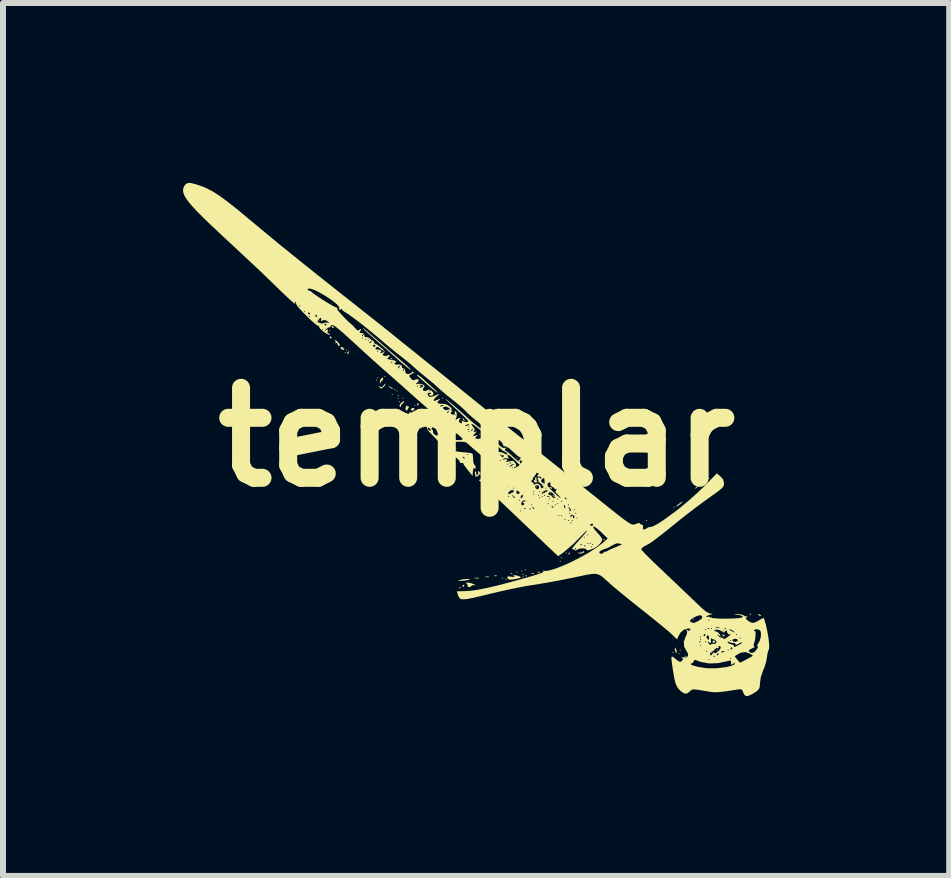
<source format=kicad_pcb>
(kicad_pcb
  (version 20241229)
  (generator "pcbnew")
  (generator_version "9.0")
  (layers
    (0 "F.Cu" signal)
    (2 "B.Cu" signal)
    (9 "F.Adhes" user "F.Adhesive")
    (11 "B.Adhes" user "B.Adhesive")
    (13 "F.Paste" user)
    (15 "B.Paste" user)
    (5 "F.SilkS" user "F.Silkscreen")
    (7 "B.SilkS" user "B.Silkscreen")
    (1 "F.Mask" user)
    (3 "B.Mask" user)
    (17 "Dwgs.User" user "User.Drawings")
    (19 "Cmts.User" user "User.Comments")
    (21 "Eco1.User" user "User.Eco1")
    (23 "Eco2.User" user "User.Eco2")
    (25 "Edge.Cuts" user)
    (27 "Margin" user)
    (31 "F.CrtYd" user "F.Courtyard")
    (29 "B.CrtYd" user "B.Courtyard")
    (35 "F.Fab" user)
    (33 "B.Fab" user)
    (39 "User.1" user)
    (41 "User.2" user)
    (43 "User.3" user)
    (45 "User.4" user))
  (footprint "templar"
    (layer "F.Cu")
    (at 4.896 4.235)
    (property "Reference" "templar" (at 0 0 0) (layer "F.SilkS") (effects (font (size 1.5 1.5) (thickness 0.3))))
    (attr board_only exclude_from_pos_files exclude_from_bom)
    (fp_poly (pts (xy -2.62 -1.95) (xy -2.63 -1.94) (xy -2.64 -1.95) (xy -2.63 -1.96)) (stroke (width 0) (type solid)) (fill yes) (layer "F.SilkS"))
    (fp_poly (pts (xy -2.44 -1.77) (xy -2.45 -1.76) (xy -2.46 -1.77) (xy -2.45 -1.78)) (stroke (width 0) (type solid)) (fill yes) (layer "F.SilkS"))
    (fp_poly (pts (xy -2.18 -1.41) (xy -2.19 -1.4) (xy -2.2 -1.41) (xy -2.19 -1.42)) (stroke (width 0) (type solid)) (fill yes) (layer "F.SilkS"))
    (fp_poly (pts (xy -2.16 -1.45) (xy -2.17 -1.44) (xy -2.18 -1.45) (xy -2.17 -1.46)) (stroke (width 0) (type solid)) (fill yes) (layer "F.SilkS"))
    (fp_poly (pts (xy -1.66 -0.95) (xy -1.67 -0.94) (xy -1.68 -0.95) (xy -1.67 -0.96)) (stroke (width 0) (type solid)) (fill yes) (layer "F.SilkS"))
    (fp_poly (pts (xy -1.64 -0.99) (xy -1.65 -0.98) (xy -1.66 -0.99) (xy -1.65 -1)) (stroke (width 0) (type solid)) (fill yes) (layer "F.SilkS"))
    (fp_poly (pts (xy -1.52 -1.01) (xy -1.53 -1) (xy -1.54 -1.01) (xy -1.53 -1.02)) (stroke (width 0) (type solid)) (fill yes) (layer "F.SilkS"))
    (fp_poly (pts (xy -1.4 -0.71) (xy -1.41 -0.7) (xy -1.42 -0.71) (xy -1.41 -0.72)) (stroke (width 0) (type solid)) (fill yes) (layer "F.SilkS"))
    (fp_poly (pts (xy -1.36 -0.79) (xy -1.37 -0.78) (xy -1.38 -0.79) (xy -1.37 -0.8)) (stroke (width 0) (type solid)) (fill yes) (layer "F.SilkS"))
    (fp_poly (pts (xy -1.32 -0.77) (xy -1.33 -0.76) (xy -1.34 -0.77) (xy -1.33 -0.78)) (stroke (width 0) (type solid)) (fill yes) (layer "F.SilkS"))
    (fp_poly (pts (xy -1.3 -0.69) (xy -1.31 -0.68) (xy -1.32 -0.69) (xy -1.31 -0.7)) (stroke (width 0) (type solid)) (fill yes) (layer "F.SilkS"))
    (fp_poly (pts (xy -1.3 -0.65) (xy -1.31 -0.64) (xy -1.32 -0.65) (xy -1.31 -0.66)) (stroke (width 0) (type solid)) (fill yes) (layer "F.SilkS"))
    (fp_poly (pts (xy -1.28 -0.59) (xy -1.29 -0.58) (xy -1.3 -0.59) (xy -1.29 -0.6)) (stroke (width 0) (type solid)) (fill yes) (layer "F.SilkS"))
    (fp_poly (pts (xy -1.22 -0.65) (xy -1.23 -0.64) (xy -1.24 -0.65) (xy -1.23 -0.66)) (stroke (width 0) (type solid)) (fill yes) (layer "F.SilkS"))
    (fp_poly (pts (xy -1.02 -0.53) (xy -1.03 -0.52) (xy -1.04 -0.53) (xy -1.03 -0.54)) (stroke (width 0) (type solid)) (fill yes) (layer "F.SilkS"))
    (fp_poly (pts (xy -0.94 -0.21) (xy -0.95 -0.2) (xy -0.96 -0.21) (xy -0.95 -0.22)) (stroke (width 0) (type solid)) (fill yes) (layer "F.SilkS"))
    (fp_poly (pts (xy -0.92 -0.25) (xy -0.93 -0.24) (xy -0.94 -0.25) (xy -0.93 -0.26)) (stroke (width 0) (type solid)) (fill yes) (layer "F.SilkS"))
    (fp_poly (pts (xy -0.88 -0.17) (xy -0.89 -0.16) (xy -0.9 -0.17) (xy -0.89 -0.18)) (stroke (width 0) (type solid)) (fill yes) (layer "F.SilkS"))
    (fp_poly (pts (xy -0.64 -0.29) (xy -0.65 -0.28) (xy -0.66 -0.29) (xy -0.65 -0.3)) (stroke (width 0) (type solid)) (fill yes) (layer "F.SilkS"))
    (fp_poly (pts (xy -0.56 -0.65) (xy -0.57 -0.64) (xy -0.58 -0.65) (xy -0.57 -0.66)) (stroke (width 0) (type solid)) (fill yes) (layer "F.SilkS"))
    (fp_poly (pts (xy -0.4 0.15) (xy -0.41 0.16) (xy -0.42 0.15) (xy -0.41 0.14)) (stroke (width 0) (type solid)) (fill yes) (layer "F.SilkS"))
    (fp_poly (pts (xy -0.34 0.19) (xy -0.35 0.2) (xy -0.36 0.19) (xy -0.35 0.18)) (stroke (width 0) (type solid)) (fill yes) (layer "F.SilkS"))
    (fp_poly (pts (xy 0.06 -0.05) (xy 0.05 -0.04) (xy 0.04 -0.05) (xy 0.05 -0.06)) (stroke (width 0) (type solid)) (fill yes) (layer "F.SilkS"))
    (fp_poly (pts (xy 0.3 0.57) (xy 0.29 0.58) (xy 0.28 0.57) (xy 0.29 0.56)) (stroke (width 0) (type solid)) (fill yes) (layer "F.SilkS"))
    (fp_poly (pts (xy 0.32 0.03) (xy 0.31 0.04) (xy 0.3 0.03) (xy 0.31 0.02)) (stroke (width 0) (type solid)) (fill yes) (layer "F.SilkS"))
    (fp_poly (pts (xy 0.36 0.21) (xy 0.35 0.22) (xy 0.34 0.21) (xy 0.35 0.2)) (stroke (width 0) (type solid)) (fill yes) (layer "F.SilkS"))
    (fp_poly (pts (xy 0.44 2.35) (xy 0.43 2.36) (xy 0.42 2.35) (xy 0.43 2.34)) (stroke (width 0) (type solid)) (fill yes) (layer "F.SilkS"))
    (fp_poly (pts (xy 0.5 2.37) (xy 0.49 2.38) (xy 0.48 2.37) (xy 0.49 2.36)) (stroke (width 0) (type solid)) (fill yes) (layer "F.SilkS"))
    (fp_poly (pts (xy 0.68 0.35) (xy 0.67 0.36) (xy 0.66 0.35) (xy 0.67 0.34)) (stroke (width 0) (type solid)) (fill yes) (layer "F.SilkS"))
    (fp_poly (pts (xy 0.68 2.25) (xy 0.67 2.26) (xy 0.66 2.25) (xy 0.67 2.24)) (stroke (width 0) (type solid)) (fill yes) (layer "F.SilkS"))
    (fp_poly (pts (xy 0.76 2.23) (xy 0.75 2.24) (xy 0.74 2.23) (xy 0.75 2.22)) (stroke (width 0) (type solid)) (fill yes) (layer "F.SilkS"))
    (fp_poly (pts (xy 0.78 2.29) (xy 0.77 2.3) (xy 0.76 2.29) (xy 0.77 2.28)) (stroke (width 0) (type solid)) (fill yes) (layer "F.SilkS"))
    (fp_poly (pts (xy 0.78 2.33) (xy 0.77 2.34) (xy 0.76 2.33) (xy 0.77 2.32)) (stroke (width 0) (type solid)) (fill yes) (layer "F.SilkS"))
    (fp_poly (pts (xy 0.82 2.21) (xy 0.81 2.22) (xy 0.8 2.21) (xy 0.81 2.2)) (stroke (width 0) (type solid)) (fill yes) (layer "F.SilkS"))
    (fp_poly (pts (xy 1 0.83) (xy 0.99 0.84) (xy 0.98 0.83) (xy 0.99 0.82)) (stroke (width 0) (type solid)) (fill yes) (layer "F.SilkS"))
    (fp_poly (pts (xy 1.1 0.81) (xy 1.09 0.82) (xy 1.08 0.81) (xy 1.09 0.8)) (stroke (width 0) (type solid)) (fill yes) (layer "F.SilkS"))
    (fp_poly (pts (xy 1.24 0.93) (xy 1.23 0.94) (xy 1.22 0.93) (xy 1.23 0.92)) (stroke (width 0) (type solid)) (fill yes) (layer "F.SilkS"))
    (fp_poly (pts (xy 1.4 2.07) (xy 1.39 2.08) (xy 1.38 2.07) (xy 1.39 2.06)) (stroke (width 0) (type solid)) (fill yes) (layer "F.SilkS"))
    (fp_poly (pts (xy 1.42 2.01) (xy 1.41 2.02) (xy 1.4 2.01) (xy 1.41 2)) (stroke (width 0) (type solid)) (fill yes) (layer "F.SilkS"))
    (fp_poly (pts (xy 1.5 1.93) (xy 1.49 1.94) (xy 1.48 1.93) (xy 1.49 1.92)) (stroke (width 0) (type solid)) (fill yes) (layer "F.SilkS"))
    (fp_poly (pts (xy 2.84 1.39) (xy 2.83 1.4) (xy 2.82 1.39) (xy 2.83 1.38)) (stroke (width 0) (type solid)) (fill yes) (layer "F.SilkS"))
    (fp_poly (pts (xy 3.28 3.59) (xy 3.27 3.6) (xy 3.26 3.59) (xy 3.27 3.58)) (stroke (width 0) (type solid)) (fill yes) (layer "F.SilkS"))
    (fp_poly (pts (xy 3.3 1.17) (xy 3.29 1.18) (xy 3.28 1.17) (xy 3.29 1.16)) (stroke (width 0) (type solid)) (fill yes) (layer "F.SilkS"))
    (fp_poly (pts (xy 3.38 3.61) (xy 3.37 3.62) (xy 3.36 3.61) (xy 3.37 3.6)) (stroke (width 0) (type solid)) (fill yes) (layer "F.SilkS"))
    (fp_poly (pts (xy 3.4 3.55) (xy 3.39 3.56) (xy 3.38 3.55) (xy 3.39 3.54)) (stroke (width 0) (type solid)) (fill yes) (layer "F.SilkS"))
    (fp_poly (pts (xy 3.62 3.03) (xy 3.61 3.04) (xy 3.6 3.03) (xy 3.61 3.02)) (stroke (width 0) (type solid)) (fill yes) (layer "F.SilkS"))
    (fp_poly (pts (xy 3.88 0.69) (xy 3.87 0.7) (xy 3.86 0.69) (xy 3.87 0.68)) (stroke (width 0) (type solid)) (fill yes) (layer "F.SilkS"))
    (fp_poly (pts (xy 3.92 3.01) (xy 3.91 3.02) (xy 3.9 3.01) (xy 3.91 3)) (stroke (width 0) (type solid)) (fill yes) (layer "F.SilkS"))
    (fp_poly (pts (xy 3.92 3.59) (xy 3.91 3.6) (xy 3.9 3.59) (xy 3.91 3.58)) (stroke (width 0) (type solid)) (fill yes) (layer "F.SilkS"))
    (fp_poly (pts (xy 3.96 3.59) (xy 3.95 3.6) (xy 3.94 3.59) (xy 3.95 3.58)) (stroke (width 0) (type solid)) (fill yes) (layer "F.SilkS"))
    (fp_poly (pts (xy 4.02 3.55) (xy 4.01 3.56) (xy 4 3.55) (xy 4.01 3.54)) (stroke (width 0) (type solid)) (fill yes) (layer "F.SilkS"))
    (fp_poly (pts (xy 4.08 3.33) (xy 4.07 3.34) (xy 4.06 3.33) (xy 4.07 3.32)) (stroke (width 0) (type solid)) (fill yes) (layer "F.SilkS"))
    (fp_poly (pts (xy -1.407 -1.313) (xy -1.409 -1.301) (xy -1.42 -1.3) (xy -1.436 -1.307) (xy -1.433 -1.313) (xy -1.41 -1.316)) (stroke (width 0) (type solid)) (fill yes) (layer "F.SilkS"))
    (fp_poly (pts (xy -0.267 2.507) (xy -0.269 2.519) (xy -0.28 2.52) (xy -0.296 2.513) (xy -0.293 2.507) (xy -0.27 2.504)) (stroke (width 0) (type solid)) (fill yes) (layer "F.SilkS"))
    (fp_poly (pts (xy 0.335 2.308) (xy 0.329 2.317) (xy 0.308 2.318) (xy 0.287 2.314) (xy 0.296 2.306) (xy 0.328 2.304)) (stroke (width 0) (type solid)) (fill yes) (layer "F.SilkS"))
    (fp_poly (pts (xy 0.593 2.267) (xy 0.591 2.279) (xy 0.58 2.28) (xy 0.564 2.273) (xy 0.567 2.267) (xy 0.59 2.264)) (stroke (width 0) (type solid)) (fill yes) (layer "F.SilkS"))
    (fp_poly (pts (xy 0.833 2.307) (xy 0.831 2.319) (xy 0.82 2.32) (xy 0.804 2.313) (xy 0.807 2.307) (xy 0.83 2.304)) (stroke (width 0) (type solid)) (fill yes) (layer "F.SilkS"))
    (fp_poly (pts (xy 0.955 2.268) (xy 0.949 2.277) (xy 0.928 2.278) (xy 0.907 2.274) (xy 0.916 2.266) (xy 0.948 2.264)) (stroke (width 0) (type solid)) (fill yes) (layer "F.SilkS"))
    (fp_poly (pts (xy 1.055 2.248) (xy 1.049 2.257) (xy 1.028 2.258) (xy 1.007 2.254) (xy 1.016 2.246) (xy 1.048 2.244)) (stroke (width 0) (type solid)) (fill yes) (layer "F.SilkS"))
    (fp_poly (pts (xy 2.133 1.707) (xy 2.131 1.719) (xy 2.12 1.72) (xy 2.104 1.713) (xy 2.107 1.707) (xy 2.13 1.704)) (stroke (width 0) (type solid)) (fill yes) (layer "F.SilkS"))
    (fp_poly (pts (xy 3.493 3.647) (xy 3.491 3.659) (xy 3.48 3.66) (xy 3.464 3.653) (xy 3.467 3.647) (xy 3.49 3.644)) (stroke (width 0) (type solid)) (fill yes) (layer "F.SilkS"))
    (fp_poly (pts (xy 3.753 0.807) (xy 3.751 0.819) (xy 3.74 0.82) (xy 3.724 0.813) (xy 3.727 0.807) (xy 3.75 0.804)) (stroke (width 0) (type solid)) (fill yes) (layer "F.SilkS"))
    (fp_poly (pts (xy 4.573 2.947) (xy 4.571 2.959) (xy 4.56 2.96) (xy 4.544 2.953) (xy 4.547 2.947) (xy 4.57 2.944)) (stroke (width 0) (type solid)) (fill yes) (layer "F.SilkS"))
    (fp_poly (pts (xy -2.129 -1.427) (xy -2.132 -1.411) (xy -2.149 -1.383) (xy -2.159 -1.388) (xy -2.16 -1.399) (xy -2.145 -1.426) (xy -2.14 -1.43)) (stroke (width 0) (type solid)) (fill yes) (layer "F.SilkS"))
    (fp_poly (pts (xy -0.976 -0.568) (xy -0.968 -0.545) (xy -0.971 -0.539) (xy -0.987 -0.521) (xy -0.993 -0.542) (xy -0.993 -0.549) (xy -0.985 -0.569)) (stroke (width 0) (type solid)) (fill yes) (layer "F.SilkS"))
    (fp_poly (pts (xy -0.449 0.204) (xy -0.455 0.219) (xy -0.474 0.229) (xy -0.498 0.235) (xy -0.488 0.22) (xy -0.485 0.218) (xy -0.459 0.202)) (stroke (width 0) (type solid)) (fill yes) (layer "F.SilkS"))
    (fp_poly (pts (xy -0.22 -0.308) (xy -0.218 -0.305) (xy -0.202 -0.279) (xy -0.204 -0.269) (xy -0.219 -0.275) (xy -0.229 -0.294) (xy -0.235 -0.318)) (stroke (width 0) (type solid)) (fill yes) (layer "F.SilkS"))
    (fp_poly (pts (xy 1.229 0.832) (xy 1.257 0.849) (xy 1.252 0.859) (xy 1.241 0.86) (xy 1.214 0.845) (xy 1.21 0.84) (xy 1.213 0.829)) (stroke (width 0) (type solid)) (fill yes) (layer "F.SilkS"))
    (fp_poly (pts (xy 1.277 0.968) (xy 1.298 0.987) (xy 1.3 0.991) (xy 1.291 0.999) (xy 1.271 0.981) (xy 1.268 0.977) (xy 1.266 0.963)) (stroke (width 0) (type solid)) (fill yes) (layer "F.SilkS"))
    (fp_poly (pts (xy 4.109 3.292) (xy 4.137 3.309) (xy 4.132 3.319) (xy 4.121 3.32) (xy 4.094 3.305) (xy 4.09 3.3) (xy 4.093 3.289)) (stroke (width 0) (type solid)) (fill yes) (layer "F.SilkS"))
    (fp_poly (pts (xy 4.709 2.952) (xy 4.737 2.969) (xy 4.732 2.979) (xy 4.721 2.98) (xy 4.694 2.965) (xy 4.69 2.96) (xy 4.693 2.949)) (stroke (width 0) (type solid)) (fill yes) (layer "F.SilkS"))
    (fp_poly (pts (xy -2.421 -1.665) (xy -2.42 -1.66) (xy -2.427 -1.641) (xy -2.429 -1.64) (xy -2.446 -1.654) (xy -2.45 -1.66) (xy -2.448 -1.678) (xy -2.441 -1.68)) (stroke (width 0) (type solid)) (fill yes) (layer "F.SilkS"))
    (fp_poly (pts (xy -2.4 -1.85) (xy -2.381 -1.832) (xy -2.38 -1.829) (xy -2.395 -1.82) (xy -2.4 -1.82) (xy -2.419 -1.835) (xy -2.42 -1.841) (xy -2.408 -1.853)) (stroke (width 0) (type solid)) (fill yes) (layer "F.SilkS"))
    (fp_poly (pts (xy -1.47 -0.852) (xy -1.445 -0.84) (xy -1.411 -0.821) (xy -1.4 -0.809) (xy -1.406 -0.801) (xy -1.43 -0.815) (xy -1.451 -0.831) (xy -1.477 -0.853)) (stroke (width 0) (type solid)) (fill yes) (layer "F.SilkS"))
    (fp_poly (pts (xy -1.1 -0.405) (xy -1.1 -0.4) (xy -1.115 -0.381) (xy -1.121 -0.38) (xy -1.133 -0.392) (xy -1.13 -0.4) (xy -1.112 -0.419) (xy -1.109 -0.42)) (stroke (width 0) (type solid)) (fill yes) (layer "F.SilkS"))
    (fp_poly (pts (xy -1.044 -0.484) (xy -1.04 -0.469) (xy -1.056 -0.443) (xy -1.07 -0.44) (xy -1.097 -0.45) (xy -1.1 -0.458) (xy -1.084 -0.48) (xy -1.07 -0.487)) (stroke (width 0) (type solid)) (fill yes) (layer "F.SilkS"))
    (fp_poly (pts (xy -0.486 -0.147) (xy -0.49 -0.14) (xy -0.509 -0.121) (xy -0.512 -0.12) (xy -0.514 -0.133) (xy -0.51 -0.14) (xy -0.491 -0.159) (xy -0.488 -0.16)) (stroke (width 0) (type solid)) (fill yes) (layer "F.SilkS"))
    (fp_poly (pts (xy -0.207 2.472) (xy -0.21 2.48) (xy -0.228 2.499) (xy -0.231 2.5) (xy -0.24 2.485) (xy -0.24 2.48) (xy -0.225 2.461) (xy -0.219 2.46)) (stroke (width 0) (type solid)) (fill yes) (layer "F.SilkS"))
    (fp_poly (pts (xy 0.035 2.346) (xy 0.041 2.352) (xy 0.014 2.355) (xy 0 2.355) (xy -0.036 2.353) (xy -0.041 2.348) (xy -0.035 2.346) (xy 0.016 2.343)) (stroke (width 0) (type solid)) (fill yes) (layer "F.SilkS"))
    (fp_poly (pts (xy 0.079 0.715) (xy 0.08 0.72) (xy 0.065 0.739) (xy 0.06 0.74) (xy 0.041 0.725) (xy 0.04 0.72) (xy 0.055 0.701) (xy 0.06 0.7)) (stroke (width 0) (type solid)) (fill yes) (layer "F.SilkS"))
    (fp_poly (pts (xy 0.205 2.327) (xy 0.206 2.333) (xy 0.175 2.336) (xy 0.17 2.336) (xy 0.139 2.333) (xy 0.142 2.327) (xy 0.145 2.326) (xy 0.189 2.323)) (stroke (width 0) (type solid)) (fill yes) (layer "F.SilkS"))
    (fp_poly (pts (xy 1.554 1.933) (xy 1.55 1.94) (xy 1.531 1.959) (xy 1.528 1.96) (xy 1.526 1.947) (xy 1.53 1.94) (xy 1.549 1.921) (xy 1.552 1.92)) (stroke (width 0) (type solid)) (fill yes) (layer "F.SilkS"))
    (fp_poly (pts (xy 3.312 3.514) (xy 3.322 3.538) (xy 3.334 3.58) (xy 3.329 3.596) (xy 3.313 3.587) (xy 3.303 3.558) (xy 3.301 3.532) (xy 3.304 3.505)) (stroke (width 0) (type solid)) (fill yes) (layer "F.SilkS"))
    (fp_poly (pts (xy 3.694 0.811) (xy 3.683 0.825) (xy 3.653 0.856) (xy 3.64 0.856) (xy 3.64 0.852) (xy 3.654 0.836) (xy 3.675 0.817) (xy 3.699 0.8)) (stroke (width 0) (type solid)) (fill yes) (layer "F.SilkS"))
    (fp_poly (pts (xy 3.84 0.715) (xy 3.84 0.72) (xy 3.825 0.739) (xy 3.819 0.74) (xy 3.807 0.728) (xy 3.81 0.72) (xy 3.828 0.701) (xy 3.831 0.7)) (stroke (width 0) (type solid)) (fill yes) (layer "F.SilkS"))
    (fp_poly (pts (xy 3.964 3.393) (xy 3.969 3.398) (xy 3.967 3.424) (xy 3.962 3.429) (xy 3.936 3.427) (xy 3.931 3.422) (xy 3.933 3.396) (xy 3.938 3.391)) (stroke (width 0) (type solid)) (fill yes) (layer "F.SilkS"))
    (fp_poly (pts (xy 3.428 1.078) (xy 3.422 1.087) (xy 3.393 1.115) (xy 3.358 1.14) (xy 3.33 1.156) (xy 3.32 1.154) (xy 3.334 1.139) (xy 3.371 1.111) (xy 3.385 1.1) (xy 3.42 1.076)) (stroke (width 0) (type solid)) (fill yes) (layer "F.SilkS"))
    (fp_poly (pts (xy -1.161 -0.524) (xy -1.148 -0.508) (xy -1.138 -0.511) (xy -1.127 -0.512) (xy -1.139 -0.482) (xy -1.162 -0.447) (xy -1.178 -0.444) (xy -1.186 -0.455) (xy -1.187 -0.484) (xy -1.179 -0.51) (xy -1.166 -0.531)) (stroke (width 0) (type solid)) (fill yes) (layer "F.SilkS"))
    (fp_poly (pts (xy -1.56 -0.976) (xy -1.56 -0.972) (xy -1.569 -0.944) (xy -1.579 -0.94) (xy -1.599 -0.924) (xy -1.606 -0.905) (xy -1.613 -0.886) (xy -1.617 -0.904) (xy -1.618 -0.913) (xy -1.606 -0.959) (xy -1.59 -0.98) (xy -1.566 -0.994)) (stroke (width 0) (type solid)) (fill yes) (layer "F.SilkS"))
    (fp_poly (pts (xy -0.529 -0.093) (xy -0.538 -0.064) (xy -0.539 -0.063) (xy -0.55 -0.027) (xy -0.546 -0.013) (xy -0.54 -0.001) (xy -0.561 -0.008) (xy -0.578 -0.018) (xy -0.595 -0.047) (xy -0.586 -0.081) (xy -0.556 -0.1) (xy -0.55 -0.1)) (stroke (width 0) (type solid)) (fill yes) (layer "F.SilkS"))
    (fp_poly (pts (xy -0.117 2.365) (xy -0.111 2.369) (xy -0.138 2.379) (xy -0.14 2.38) (xy -0.196 2.391) (xy -0.26 2.396) (xy -0.303 2.395) (xy -0.309 2.391) (xy -0.282 2.381) (xy -0.28 2.38) (xy -0.224 2.369) (xy -0.16 2.364)) (stroke (width 0) (type solid)) (fill yes) (layer "F.SilkS"))
    (fp_poly (pts (xy 1.789 1.902) (xy 1.788 1.919) (xy 1.762 1.935) (xy 1.727 1.942) (xy 1.698 1.936) (xy 1.698 1.936) (xy 1.682 1.922) (xy 1.701 1.926) (xy 1.703 1.927) (xy 1.743 1.924) (xy 1.757 1.915) (xy 1.782 1.9)) (stroke (width 0) (type solid)) (fill yes) (layer "F.SilkS"))
    (fp_poly (pts (xy -1.209 -0.588) (xy -1.233 -0.563) (xy -1.234 -0.562) (xy -1.262 -0.532) (xy -1.266 -0.512) (xy -1.262 -0.5) (xy -1.263 -0.5) (xy -1.285 -0.512) (xy -1.287 -0.513) (xy -1.285 -0.536) (xy -1.264 -0.567) (xy -1.233 -0.592) (xy -1.212 -0.599)) (stroke (width 0) (type solid)) (fill yes) (layer "F.SilkS"))
    (fp_poly (pts (xy -0.99 -0.417) (xy -0.995 -0.397) (xy -1.019 -0.366) (xy -1.043 -0.332) (xy -1.045 -0.312) (xy -1.043 -0.3) (xy -1.045 -0.3) (xy -1.066 -0.314) (xy -1.07 -0.32) (xy -1.066 -0.344) (xy -1.046 -0.377) (xy -1.018 -0.407) (xy -0.995 -0.419)) (stroke (width 0) (type solid)) (fill yes) (layer "F.SilkS"))
    (fp_poly (pts (xy -2.347 -1.612) (xy -2.334 -1.602) (xy -2.292 -1.557) (xy -2.281 -1.529) (xy -2.3 -1.52) (xy -2.318 -1.536) (xy -2.32 -1.551) (xy -2.331 -1.572) (xy -2.345 -1.568) (xy -2.359 -1.564) (xy -2.355 -1.57) (xy -2.353 -1.597) (xy -2.365 -1.618) (xy -2.368 -1.627)) (stroke (width 0) (type solid)) (fill yes) (layer "F.SilkS"))
    (fp_poly (pts (xy -1.52 -0.888) (xy -1.52 -0.888) (xy -1.533 -0.859) (xy -1.557 -0.833) (xy -1.587 -0.81) (xy -1.607 -0.817) (xy -1.622 -0.834) (xy -1.64 -0.859) (xy -1.63 -0.854) (xy -1.617 -0.844) (xy -1.589 -0.83) (xy -1.565 -0.846) (xy -1.552 -0.863) (xy -1.529 -0.889)) (stroke (width 0) (type solid)) (fill yes) (layer "F.SilkS"))
    (fp_poly (pts (xy -2.22 -1.49) (xy -2.207 -1.468) (xy -2.217 -1.452) (xy -2.243 -1.455) (xy -2.26 -1.47) (xy -2.24 -1.47) (xy -2.23 -1.46) (xy -2.22 -1.47) (xy -2.23 -1.48) (xy -2.24 -1.47) (xy -2.26 -1.47) (xy -2.26 -1.47) (xy -2.274 -1.494) (xy -2.256 -1.5) (xy -2.254 -1.5)) (stroke (width 0) (type solid)) (fill yes) (layer "F.SilkS"))
    (fp_poly (pts (xy -0.106 2.431) (xy -0.05 2.451) (xy -0.021 2.467) (xy -0.025 2.471) (xy -0.033 2.469) (xy -0.073 2.469) (xy -0.089 2.479) (xy -0.114 2.498) (xy -0.142 2.498) (xy -0.155 2.48) (xy -0.153 2.471) (xy -0.159 2.443) (xy -0.176 2.434) (xy -0.188 2.427) (xy -0.161 2.423) (xy -0.16 2.423)) (stroke (width 0) (type solid)) (fill yes) (layer "F.SilkS"))
    (fp_poly (pts (xy 0.04 0.572) (xy 0.041 0.574) (xy 0.056 0.601) (xy 0.041 0.629) (xy 0.011 0.654) (xy -0.015 0.661) (xy -0.021 0.655) (xy -0.032 0.605) (xy -0.03 0.574) (xy -0.019 0.571) (xy -0.006 0.598) (xy -0.009 0.614) (xy -0.008 0.635) (xy 0.005 0.635) (xy 0.023 0.611) (xy 0.023 0.588) (xy 0.023 0.563)) (stroke (width 0) (type solid)) (fill yes) (layer "F.SilkS"))
    (fp_poly (pts (xy -0.494 0.13) (xy -0.472 0.156) (xy -0.479 0.169) (xy -0.498 0.166) (xy -0.5 0.156) (xy -0.505 0.141) (xy -0.516 0.154) (xy -0.543 0.167) (xy -0.556 0.162) (xy -0.572 0.144) (xy -0.56 0.13) (xy -0.54 0.13) (xy -0.53 0.14) (xy -0.52 0.13) (xy -0.53 0.12) (xy -0.54 0.13) (xy -0.56 0.13) (xy -0.556 0.125) (xy -0.523 0.115)) (stroke (width 0) (type solid)) (fill yes) (layer "F.SilkS"))
    (fp_poly (pts (xy -0.989 -1.04) (xy -0.965 -1.027) (xy -0.923 -0.994) (xy -0.89 -0.965) (xy -0.825 -0.905) (xy -0.753 -0.84) (xy -0.725 -0.815) (xy -0.682 -0.775) (xy -0.657 -0.748) (xy -0.655 -0.741) (xy -0.676 -0.754) (xy -0.719 -0.787) (xy -0.778 -0.836) (xy -0.82 -0.872) (xy -0.899 -0.941) (xy -0.952 -0.988) (xy -0.984 -1.017) (xy -0.997 -1.033) (xy -0.998 -1.039) (xy -0.989 -1.04)) (stroke (width 0) (type solid)) (fill yes) (layer "F.SilkS"))
    (fp_poly (pts (xy 0.63 2.302) (xy 0.677 2.308) (xy 0.715 2.322) (xy 0.733 2.337) (xy 0.729 2.345) (xy 0.699 2.354) (xy 0.645 2.365) (xy 0.618 2.37) (xy 0.559 2.376) (xy 0.528 2.37) (xy 0.513 2.35) (xy 0.512 2.349) (xy 0.509 2.328) (xy 0.527 2.321) (xy 0.575 2.327) (xy 0.62 2.332) (xy 0.627 2.326) (xy 0.62 2.32) (xy 0.603 2.305) (xy 0.623 2.302)) (stroke (width 0) (type solid)) (fill yes) (layer "F.SilkS"))
    (fp_poly (pts (xy 0.993 0.676) (xy 0.993 0.703) (xy 1 0.71) (xy 1.011 0.733) (xy 0.996 0.756) (xy 0.98 0.76) (xy 0.954 0.746) (xy 0.95 0.74) (xy 0.951 0.73) (xy 0.98 0.73) (xy 0.99 0.74) (xy 1 0.73) (xy 0.99 0.72) (xy 0.98 0.73) (xy 0.951 0.73) (xy 0.952 0.722) (xy 0.96 0.72) (xy 0.974 0.708) (xy 0.971 0.701) (xy 0.974 0.676) (xy 0.983 0.668) (xy 0.997 0.666)) (stroke (width 0) (type solid)) (fill yes) (layer "F.SilkS"))
    (fp_poly (pts (xy -1.887 -1.812) (xy -1.857 -1.788) (xy -1.855 -1.787) (xy -1.82 -1.757) (xy -1.765 -1.709) (xy -1.697 -1.65) (xy -1.66 -1.619) (xy -1.595 -1.563) (xy -1.542 -1.517) (xy -1.508 -1.487) (xy -1.5 -1.48) (xy -1.482 -1.463) (xy -1.439 -1.427) (xy -1.378 -1.374) (xy -1.305 -1.312) (xy -1.295 -1.303) (xy -1.207 -1.228) (xy -1.148 -1.175) (xy -1.113 -1.141) (xy -1.1 -1.124) (xy -1.105 -1.121) (xy -1.122 -1.133) (xy -1.161 -1.163) (xy -1.21 -1.203) (xy -1.263 -1.247) (xy -1.303 -1.281) (xy -1.32 -1.298) (xy -1.338 -1.315) (xy -1.381 -1.353) (xy -1.444 -1.409) (xy -1.523 -1.479) (xy -1.613 -1.557) (xy -1.615 -1.558) (xy -1.704 -1.636) (xy -1.782 -1.705) (xy -1.844 -1.761) (xy -1.885 -1.799) (xy -1.9 -1.816) (xy -1.9 -1.816)) (stroke (width 0) (type solid)) (fill yes) (layer "F.SilkS"))
    (fp_poly (pts (xy -0.79 -0.186) (xy -0.78 -0.176) (xy -0.765 -0.169) (xy -0.745 -0.173) (xy -0.722 -0.178) (xy -0.734 -0.165) (xy -0.74 -0.16) (xy -0.758 -0.139) (xy -0.745 -0.127) (xy -0.729 -0.107) (xy -0.731 -0.098) (xy -0.728 -0.072) (xy -0.704 -0.043) (xy -0.675 -0.027) (xy -0.662 -0.029) (xy -0.635 -0.025) (xy -0.609 -0.006) (xy -0.589 0.024) (xy -0.597 0.036) (xy -0.62 0.054) (xy -0.612 0.072) (xy -0.581 0.075) (xy -0.554 0.074) (xy -0.554 0.092) (xy -0.57 0.116) (xy -0.596 0.112) (xy -0.636 0.077) (xy -0.653 0.058) (xy -0.705 0.003) (xy -0.763 -0.057) (xy -0.777 -0.071) (xy -0.814 -0.114) (xy -0.829 -0.142) (xy -0.82 -0.142) (xy -0.808 -0.121) (xy -0.766 -0.102) (xy -0.766 -0.102) (xy -0.768 -0.115) (xy -0.773 -0.13) (xy -0.792 -0.155) (xy -0.813 -0.158) (xy -0.82 -0.142) (xy -0.829 -0.142) (xy -0.832 -0.147) (xy -0.832 -0.157) (xy -0.835 -0.18) (xy -0.845 -0.186) (xy -0.848 -0.193) (xy -0.825 -0.194)) (stroke (width 0) (type solid)) (fill yes) (layer "F.SilkS"))
    (fp_poly (pts (xy -0.378 0.223) (xy -0.354 0.234) (xy -0.301 0.244) (xy -0.23 0.252) (xy -0.23 0.252) (xy -0.159 0.258) (xy -0.103 0.266) (xy -0.076 0.272) (xy -0.066 0.297) (xy -0.061 0.346) (xy -0.06 0.371) (xy -0.056 0.424) (xy -0.046 0.456) (xy -0.04 0.46) (xy -0.025 0.477) (xy -0.02 0.505) (xy -0.024 0.534) (xy -0.036 0.526) (xy -0.039 0.521) (xy -0.052 0.513) (xy -0.06 0.54) (xy -0.064 0.57) (xy -0.07 0.647) (xy -0.15 0.549) (xy -0.191 0.496) (xy -0.218 0.455) (xy -0.225 0.436) (xy -0.236 0.429) (xy -0.25 0.433) (xy -0.276 0.43) (xy -0.28 0.416) (xy -0.295 0.389) (xy -0.334 0.35) (xy -0.366 0.326) (xy -0.237 0.326) (xy -0.232 0.337) (xy -0.212 0.358) (xy -0.2 0.354) (xy -0.2 0.351) (xy -0.214 0.334) (xy -0.223 0.328) (xy -0.237 0.326) (xy -0.366 0.326) (xy -0.371 0.321) (xy -0.413 0.29) (xy -0.16 0.29) (xy -0.15 0.3) (xy -0.14 0.29) (xy -0.15 0.28) (xy -0.16 0.29) (xy -0.413 0.29) (xy -0.422 0.283) (xy -0.444 0.26) (xy -0.442 0.243) (xy -0.426 0.23) (xy -0.392 0.216)) (stroke (width 0) (type solid)) (fill yes) (layer "F.SilkS"))
    (fp_poly (pts (xy -4.768 -4.235) (xy -4.7 -4.219) (xy -4.606 -4.189) (xy -4.507 -4.15) (xy -4.402 -4.095) (xy -4.286 -4.021) (xy -4.154 -3.924) (xy -4.001 -3.803) (xy -3.967 -3.775) (xy -3.894 -3.715) (xy -3.799 -3.635) (xy -3.686 -3.542) (xy -3.565 -3.441) (xy -3.441 -3.339) (xy -3.37 -3.28) (xy -3.262 -3.191) (xy -3.128 -3.083) (xy -2.976 -2.96) (xy -2.812 -2.828) (xy -2.641 -2.692) (xy -2.471 -2.557) (xy -2.308 -2.428) (xy -2.3 -2.421) (xy -2.151 -2.304) (xy -2.005 -2.189) (xy -1.868 -2.08) (xy -1.743 -1.981) (xy -1.634 -1.896) (xy -1.547 -1.826) (xy -1.486 -1.777) (xy -1.47 -1.764) (xy -1.415 -1.72) (xy -1.334 -1.654) (xy -1.232 -1.572) (xy -1.114 -1.478) (xy -0.986 -1.375) (xy -0.853 -1.267) (xy -0.78 -1.209) (xy -0.634 -1.092) (xy -0.48 -0.968) (xy -0.325 -0.844) (xy -0.178 -0.725) (xy -0.045 -0.617) (xy 0.067 -0.527) (xy 0.092 -0.507) (xy 0.195 -0.424) (xy 0.321 -0.323) (xy 0.465 -0.207) (xy 0.619 -0.085) (xy 0.776 0.04) (xy 0.929 0.161) (xy 0.99 0.21) (xy 1.143 0.331) (xy 1.306 0.461) (xy 1.472 0.593) (xy 1.633 0.721) (xy 1.782 0.839) (xy 1.909 0.941) (xy 1.946 0.97) (xy 2.103 1.096) (xy 2.231 1.198) (xy 2.335 1.281) (xy 2.417 1.345) (xy 2.481 1.392) (xy 2.529 1.425) (xy 2.565 1.446) (xy 2.592 1.456) (xy 2.613 1.459) (xy 2.632 1.455) (xy 2.651 1.448) (xy 2.669 1.44) (xy 2.709 1.431) (xy 2.72 1.44) (xy 2.736 1.458) (xy 2.751 1.46) (xy 2.773 1.471) (xy 2.77 1.5) (xy 2.769 1.533) (xy 2.787 1.54) (xy 2.822 1.528) (xy 2.83 1.52) (xy 2.858 1.503) (xy 2.878 1.5) (xy 2.917 1.494) (xy 2.967 1.473) (xy 3.032 1.436) (xy 3.118 1.379) (xy 3.227 1.3) (xy 3.31 1.239) (xy 3.423 1.15) (xy 3.546 1.046) (xy 3.667 0.938) (xy 3.771 0.839) (xy 3.786 0.824) (xy 4.002 0.604) (xy 4.061 0.654) (xy 4.106 0.705) (xy 4.12 0.764) (xy 4.12 0.77) (xy 4.118 0.798) (xy 4.109 0.823) (xy 4.087 0.85) (xy 4.047 0.884) (xy 3.985 0.931) (xy 3.896 0.994) (xy 3.885 1.002) (xy 3.776 1.08) (xy 3.652 1.172) (xy 3.527 1.268) (xy 3.416 1.355) (xy 3.412 1.358) (xy 3.273 1.47) (xy 3.161 1.56) (xy 3.072 1.631) (xy 3.003 1.684) (xy 2.949 1.725) (xy 2.908 1.754) (xy 2.874 1.776) (xy 2.844 1.792) (xy 2.825 1.802) (xy 2.775 1.831) (xy 2.745 1.857) (xy 2.741 1.867) (xy 2.755 1.888) (xy 2.793 1.931) (xy 2.851 1.99) (xy 2.924 2.062) (xy 2.974 2.11) (xy 3.12 2.248) (xy 3.285 2.405) (xy 3.462 2.574) (xy 3.641 2.745) (xy 3.756 2.855) (xy 3.824 2.911) (xy 3.882 2.939) (xy 3.897 2.942) (xy 3.929 2.944) (xy 3.927 2.949) (xy 3.889 2.961) (xy 3.885 2.962) (xy 3.841 2.978) (xy 3.82 2.992) (xy 3.82 2.993) (xy 3.835 2.997) (xy 3.849 2.993) (xy 3.878 2.995) (xy 3.885 3.004) (xy 3.906 3.013) (xy 3.959 3.019) (xy 4.033 3.024) (xy 4.12 3.026) (xy 4.211 3.025) (xy 4.296 3.022) (xy 4.366 3.017) (xy 4.412 3.009) (xy 4.424 3.004) (xy 4.433 2.991) (xy 4.423 2.981) (xy 4.39 2.97) (xy 4.325 2.957) (xy 4.3 2.952) (xy 4.289 2.948) (xy 4.313 2.947) (xy 4.349 2.949) (xy 4.408 2.957) (xy 4.447 2.969) (xy 4.456 2.977) (xy 4.477 2.989) (xy 4.496 2.987) (xy 4.518 2.982) (xy 4.506 2.994) (xy 4.5 2.998) (xy 4.484 3.017) (xy 4.495 3.039) (xy 4.52 3.06) (xy 4.571 3.091) (xy 4.619 3.095) (xy 4.676 3.071) (xy 4.708 3.05) (xy 4.759 3.021) (xy 4.785 3.019) (xy 4.789 3.025) (xy 4.818 3.127) (xy 4.841 3.233) (xy 4.86 3.336) (xy 4.871 3.427) (xy 4.874 3.498) (xy 4.868 3.54) (xy 4.865 3.545) (xy 4.852 3.579) (xy 4.84 3.636) (xy 4.836 3.671) (xy 4.822 3.747) (xy 4.795 3.834) (xy 4.773 3.888) (xy 4.734 4) (xy 4.72 4.099) (xy 4.716 4.16) (xy 4.7 4.203) (xy 4.662 4.239) (xy 4.597 4.279) (xy 4.587 4.285) (xy 4.523 4.314) (xy 4.481 4.314) (xy 4.453 4.283) (xy 4.442 4.257) (xy 4.424 4.217) (xy 4.4 4.202) (xy 4.354 4.205) (xy 4.345 4.207) (xy 4.216 4.227) (xy 4.118 4.241) (xy 4.044 4.249) (xy 3.987 4.252) (xy 3.939 4.251) (xy 3.892 4.245) (xy 3.857 4.24) (xy 3.75 4.221) (xy 3.676 4.21) (xy 3.627 4.205) (xy 3.596 4.206) (xy 3.576 4.215) (xy 3.56 4.229) (xy 3.552 4.238) (xy 3.506 4.273) (xy 3.459 4.273) (xy 3.403 4.237) (xy 3.394 4.228) (xy 3.358 4.19) (xy 3.331 4.148) (xy 3.31 4.094) (xy 3.292 4.018) (xy 3.274 3.913) (xy 3.269 3.881) (xy 3.254 3.78) (xy 3.565 3.78) (xy 3.569 3.791) (xy 3.601 3.805) (xy 3.668 3.824) (xy 3.681 3.828) (xy 3.832 3.852) (xy 4.005 3.852) (xy 4.159 3.833) (xy 4.238 3.814) (xy 4.286 3.793) (xy 4.297 3.78) (xy 4.3 3.761) (xy 4.283 3.77) (xy 4.273 3.777) (xy 4.247 3.795) (xy 4.238 3.783) (xy 4.238 3.777) (xy 4.237 3.741) (xy 4.238 3.733) (xy 4.225 3.724) (xy 4.206 3.727) (xy 4.031 3.766) (xy 3.878 3.773) (xy 3.74 3.749) (xy 3.686 3.73) (xy 3.642 3.714) (xy 3.623 3.716) (xy 3.62 3.729) (xy 3.604 3.758) (xy 3.587 3.768) (xy 3.565 3.78) (xy 3.254 3.78) (xy 3.254 3.777) (xy 3.245 3.709) (xy 3.244 3.67) (xy 3.253 3.657) (xy 3.272 3.665) (xy 3.303 3.689) (xy 3.314 3.698) (xy 3.361 3.734) (xy 3.389 3.746) (xy 3.411 3.737) (xy 3.419 3.729) (xy 3.434 3.71) (xy 3.86 3.71) (xy 3.87 3.72) (xy 3.88 3.71) (xy 3.87 3.7) (xy 3.86 3.71) (xy 3.434 3.71) (xy 3.44 3.703) (xy 3.432 3.69) (xy 4.22 3.69) (xy 4.23 3.7) (xy 4.24 3.69) (xy 4.23 3.68) (xy 4.22 3.69) (xy 3.432 3.69) (xy 3.429 3.685) (xy 3.42 3.679) (xy 3.407 3.666) (xy 3.429 3.668) (xy 3.441 3.671) (xy 3.496 3.671) (xy 3.522 3.647) (xy 3.947 3.647) (xy 3.949 3.659) (xy 3.96 3.66) (xy 3.975 3.653) (xy 4.299 3.653) (xy 4.341 3.707) (xy 4.371 3.743) (xy 4.388 3.76) (xy 4.388 3.76) (xy 4.407 3.751) (xy 4.451 3.728) (xy 4.499 3.703) (xy 4.604 3.645) (xy 4.558 3.612) (xy 4.483 3.583) (xy 4.404 3.592) (xy 4.355 3.617) (xy 4.299 3.653) (xy 3.975 3.653) (xy 3.976 3.653) (xy 3.973 3.647) (xy 3.95 3.644) (xy 3.947 3.647) (xy 3.522 3.647) (xy 3.523 3.646) (xy 3.518 3.605) (xy 3.889 3.605) (xy 3.893 3.634) (xy 3.902 3.64) (xy 3.919 3.625) (xy 3.92 3.62) (xy 4 3.62) (xy 4.007 3.639) (xy 4.009 3.64) (xy 4.026 3.626) (xy 4.03 3.62) (xy 4.028 3.602) (xy 4.021 3.6) (xy 4.001 3.615) (xy 4 3.62) (xy 3.92 3.62) (xy 3.931 3.602) (xy 3.935 3.602) (xy 3.986 3.598) (xy 3.996 3.59) (xy 4.07 3.59) (xy 4.099 3.586) (xy 4.102 3.585) (xy 4.128 3.574) (xy 4.123 3.565) (xy 4.532 3.565) (xy 4.544 3.583) (xy 4.587 3.598) (xy 4.626 3.582) (xy 4.66 3.545) (xy 4.685 3.504) (xy 4.681 3.484) (xy 4.68 3.483) (xy 4.672 3.466) (xy 4.69 3.439) (xy 4.716 3.394) (xy 4.733 3.335) (xy 4.737 3.275) (xy 4.728 3.231) (xy 4.718 3.218) (xy 4.677 3.203) (xy 4.639 3.203) (xy 4.62 3.219) (xy 4.62 3.221) (xy 4.63 3.235) (xy 4.636 3.233) (xy 4.644 3.243) (xy 4.647 3.28) (xy 4.644 3.331) (xy 4.636 3.385) (xy 4.625 3.428) (xy 4.62 3.439) (xy 4.611 3.473) (xy 4.625 3.486) (xy 4.632 3.498) (xy 4.61 3.511) (xy 4.552 3.539) (xy 4.532 3.565) (xy 4.123 3.565) (xy 4.123 3.564) (xy 4.087 3.569) (xy 4.075 3.577) (xy 4.07 3.59) (xy 3.996 3.59) (xy 4.034 3.562) (xy 4.039 3.557) (xy 4.043 3.55) (xy 4.18 3.55) (xy 4.19 3.56) (xy 4.2 3.55) (xy 4.19 3.54) (xy 4.18 3.55) (xy 4.043 3.55) (xy 4.063 3.52) (xy 4.23 3.52) (xy 4.232 3.538) (xy 4.239 3.54) (xy 4.259 3.525) (xy 4.26 3.52) (xy 4.253 3.501) (xy 4.251 3.5) (xy 4.234 3.514) (xy 4.23 3.52) (xy 4.063 3.52) (xy 4.065 3.516) (xy 4.062 3.488) (xy 4.038 3.48) (xy 4.028 3.493) (xy 4.032 3.503) (xy 4.033 3.519) (xy 4.017 3.515) (xy 3.984 3.521) (xy 3.963 3.542) (xy 3.936 3.57) (xy 3.918 3.575) (xy 3.896 3.587) (xy 3.889 3.605) (xy 3.518 3.605) (xy 3.518 3.603) (xy 3.5 3.574) (xy 3.498 3.57) (xy 3.82 3.57) (xy 3.83 3.58) (xy 3.84 3.57) (xy 3.83 3.56) (xy 3.82 3.57) (xy 3.498 3.57) (xy 3.456 3.493) (xy 3.454 3.47) (xy 3.72 3.47) (xy 3.73 3.48) (xy 3.74 3.47) (xy 3.73 3.46) (xy 3.72 3.47) (xy 3.454 3.47) (xy 3.451 3.41) (xy 3.452 3.407) (xy 3.707 3.407) (xy 3.709 3.419) (xy 3.72 3.42) (xy 3.736 3.413) (xy 3.735 3.41) (xy 3.8 3.41) (xy 3.81 3.42) (xy 3.82 3.41) (xy 3.811 3.401) (xy 3.845 3.401) (xy 3.847 3.411) (xy 3.861 3.434) (xy 3.886 3.462) (xy 3.902 3.457) (xy 3.926 3.443) (xy 3.934 3.446) (xy 3.965 3.447) (xy 3.98 3.44) (xy 3.997 3.421) (xy 3.996 3.418) (xy 4.18 3.418) (xy 4.197 3.438) (xy 4.239 3.453) (xy 4.24 3.453) (xy 4.278 3.466) (xy 4.289 3.482) (xy 4.288 3.482) (xy 4.285 3.498) (xy 4.306 3.494) (xy 4.355 3.47) (xy 4.375 3.46) (xy 4.412 3.436) (xy 4.423 3.422) (xy 4.416 3.42) (xy 4.38 3.431) (xy 4.37 3.44) (xy 4.341 3.458) (xy 4.328 3.46) (xy 4.307 3.452) (xy 4.308 3.443) (xy 4.3 3.432) (xy 4.274 3.431) (xy 4.227 3.425) (xy 4.205 3.415) (xy 4.183 3.407) (xy 4.18 3.418) (xy 3.996 3.418) (xy 3.983 3.393) (xy 3.981 3.392) (xy 3.979 3.39) (xy 4.22 3.39) (xy 4.23 3.4) (xy 4.24 3.39) (xy 4.238 3.388) (xy 4.26 3.388) (xy 4.277 3.409) (xy 4.307 3.413) (xy 4.343 3.402) (xy 4.353 3.385) (xy 4.336 3.366) (xy 4.307 3.36) (xy 4.27 3.37) (xy 4.26 3.388) (xy 4.238 3.388) (xy 4.23 3.38) (xy 4.22 3.39) (xy 3.979 3.39) (xy 3.954 3.37) (xy 3.939 3.37) (xy 3.919 3.365) (xy 3.912 3.355) (xy 3.904 3.344) (xy 3.903 3.36) (xy 3.904 3.413) (xy 3.895 3.432) (xy 3.873 3.423) (xy 3.867 3.417) (xy 3.845 3.401) (xy 3.811 3.401) (xy 3.81 3.4) (xy 3.8 3.41) (xy 3.735 3.41) (xy 3.733 3.407) (xy 3.71 3.404) (xy 3.707 3.407) (xy 3.452 3.407) (xy 3.465 3.37) (xy 3.72 3.37) (xy 3.73 3.38) (xy 3.74 3.37) (xy 3.73 3.36) (xy 3.72 3.37) (xy 3.465 3.37) (xy 3.479 3.332) (xy 3.479 3.33) (xy 3.72 3.33) (xy 3.73 3.34) (xy 3.74 3.33) (xy 3.732 3.322) (xy 3.829 3.322) (xy 3.832 3.35) (xy 3.864 3.376) (xy 3.871 3.38) (xy 3.871 3.363) (xy 3.871 3.34) (xy 3.863 3.305) (xy 3.843 3.306) (xy 3.829 3.322) (xy 3.732 3.322) (xy 3.73 3.32) (xy 3.72 3.33) (xy 3.479 3.33) (xy 3.493 3.3) (xy 3.78 3.3) (xy 3.787 3.319) (xy 3.789 3.32) (xy 3.806 3.306) (xy 3.81 3.3) (xy 3.808 3.282) (xy 3.801 3.28) (xy 3.781 3.295) (xy 3.78 3.3) (xy 3.493 3.3) (xy 3.503 3.278) (xy 3.506 3.243) (xy 3.495 3.222) (xy 3.48 3.201) (xy 3.451 3.209) (xy 3.393 3.261) (xy 3.361 3.317) (xy 3.339 3.371) (xy 3.244 3.281) (xy 3.202 3.243) (xy 3.152 3.201) (xy 3.48 3.201) (xy 3.493 3.208) (xy 3.502 3.215) (xy 3.533 3.23) (xy 3.542 3.225) (xy 3.96 3.225) (xy 3.968 3.238) (xy 3.972 3.235) (xy 3.993 3.237) (xy 4.024 3.259) (xy 4.052 3.287) (xy 4.06 3.307) (xy 4.047 3.311) (xy 4.025 3.298) (xy 4.004 3.283) (xy 4.009 3.292) (xy 4.027 3.314) (xy 4.066 3.344) (xy 4.095 3.345) (xy 4.116 3.343) (xy 4.109 3.361) (xy 4.113 3.369) (xy 4.142 3.357) (xy 4.153 3.35) (xy 4.38 3.35) (xy 4.39 3.36) (xy 4.4 3.35) (xy 4.39 3.34) (xy 4.38 3.35) (xy 4.153 3.35) (xy 4.161 3.345) (xy 4.205 3.313) (xy 4.227 3.29) (xy 4.32 3.29) (xy 4.33 3.3) (xy 4.34 3.29) (xy 4.33 3.28) (xy 4.32 3.29) (xy 4.227 3.29) (xy 4.231 3.286) (xy 4.233 3.281) (xy 4.232 3.27) (xy 4.227 3.28) (xy 4.207 3.29) (xy 4.188 3.279) (xy 4.17 3.251) (xy 4.171 3.238) (xy 4.169 3.221) (xy 4.163 3.22) (xy 4.139 3.236) (xy 4.135 3.245) (xy 4.121 3.259) (xy 4.093 3.242) (xy 4.092 3.242) (xy 4.071 3.23) (xy 4.1 3.23) (xy 4.11 3.24) (xy 4.12 3.23) (xy 4.11 3.22) (xy 4.1 3.23) (xy 4.071 3.23) (xy 4.052 3.219) (xy 4.01 3.209) (xy 4.211 3.209) (xy 4.238 3.229) (xy 4.24 3.23) (xy 4.284 3.253) (xy 4.3 3.256) (xy 4.285 3.24) (xy 4.271 3.229) (xy 4.233 3.207) (xy 4.211 3.201) (xy 4.211 3.209) (xy 4.01 3.209) (xy 4.007 3.208) (xy 3.971 3.211) (xy 3.96 3.225) (xy 3.542 3.225) (xy 3.556 3.215) (xy 3.557 3.21) (xy 3.8 3.21) (xy 3.81 3.22) (xy 3.82 3.21) (xy 3.81 3.2) (xy 3.8 3.21) (xy 3.557 3.21) (xy 3.562 3.197) (xy 3.535 3.19) (xy 3.52 3.19) (xy 3.48 3.201) (xy 3.152 3.201) (xy 3.135 3.187) (xy 3.847 3.187) (xy 3.849 3.199) (xy 3.86 3.2) (xy 3.876 3.193) (xy 3.875 3.19) (xy 3.9 3.19) (xy 3.91 3.2) (xy 3.92 3.19) (xy 3.917 3.187) (xy 4.127 3.187) (xy 4.129 3.199) (xy 4.14 3.2) (xy 4.156 3.193) (xy 4.153 3.187) (xy 4.13 3.184) (xy 4.127 3.187) (xy 3.917 3.187) (xy 3.91 3.18) (xy 3.9 3.19) (xy 3.875 3.19) (xy 3.873 3.187) (xy 3.85 3.184) (xy 3.847 3.187) (xy 3.135 3.187) (xy 3.134 3.186) (xy 3.118 3.173) (xy 3.977 3.173) (xy 4.004 3.176) (xy 4.01 3.176) (xy 4.044 3.174) (xy 4.047 3.168) (xy 4.045 3.167) (xy 4.006 3.163) (xy 3.985 3.166) (xy 3.977 3.173) (xy 3.118 3.173) (xy 3.045 3.113) (xy 2.98 3.06) (xy 3.552 3.06) (xy 3.557 3.076) (xy 3.594 3.092) (xy 3.614 3.099) (xy 3.633 3.092) (xy 3.675 3.073) (xy 3.689 3.066) (xy 3.715 3.05) (xy 3.86 3.05) (xy 3.87 3.06) (xy 3.88 3.05) (xy 3.87 3.04) (xy 3.86 3.05) (xy 3.715 3.05) (xy 3.741 3.033) (xy 3.76 3) (xy 3.743 2.972) (xy 3.742 2.971) (xy 3.708 2.97) (xy 3.658 2.986) (xy 3.604 3.013) (xy 3.574 3.036) (xy 3.552 3.06) (xy 2.98 3.06) (xy 2.942 3.029) (xy 2.829 2.938) (xy 2.74 2.868) (xy 2.619 2.772) (xy 2.501 2.676) (xy 2.39 2.586) (xy 2.294 2.506) (xy 2.219 2.441) (xy 2.184 2.409) (xy 2.12 2.352) (xy 2.07 2.311) (xy 2.023 2.288) (xy 1.972 2.278) (xy 1.907 2.282) (xy 1.82 2.297) (xy 1.707 2.321) (xy 1.464 2.371) (xy 1.249 2.412) (xy 1.051 2.446) (xy 0.9 2.47) (xy 0.811 2.484) (xy 0.692 2.507) (xy 0.554 2.536) (xy 0.407 2.568) (xy 0.259 2.603) (xy 0.215 2.613) (xy 0.064 2.65) (xy -0.053 2.677) (xy -0.14 2.695) (xy -0.203 2.703) (xy -0.247 2.703) (xy -0.275 2.693) (xy -0.294 2.674) (xy -0.307 2.647) (xy -0.316 2.624) (xy -0.334 2.57) (xy -0.192 2.567) (xy -0.097 2.56) (xy 0.022 2.543) (xy 0.168 2.514) (xy 0.344 2.473) (xy 0.551 2.419) (xy 0.778 2.356) (xy 0.912 2.318) (xy 1.009 2.288) (xy 1.073 2.266) (xy 1.106 2.25) (xy 1.113 2.239) (xy 1.108 2.236) (xy 1.09 2.226) (xy 1.108 2.227) (xy 1.125 2.23) (xy 1.183 2.228) (xy 1.268 2.206) (xy 1.373 2.169) (xy 1.493 2.119) (xy 1.62 2.059) (xy 1.748 1.992) (xy 1.871 1.922) (xy 1.877 1.918) (xy 2.04 1.918) (xy 2.054 1.942) (xy 2.085 1.944) (xy 2.115 1.924) (xy 2.135 1.905) (xy 2.14 1.909) (xy 2.152 1.912) (xy 2.167 1.903) (xy 2.198 1.885) (xy 2.255 1.859) (xy 2.322 1.831) (xy 2.38 1.807) (xy 2.414 1.789) (xy 2.419 1.781) (xy 2.417 1.781) (xy 2.371 1.774) (xy 2.357 1.77) (xy 2.324 1.773) (xy 2.276 1.795) (xy 2.26 1.804) (xy 2.211 1.832) (xy 2.176 1.85) (xy 2.17 1.852) (xy 2.118 1.868) (xy 2.071 1.89) (xy 2.043 1.911) (xy 2.04 1.918) (xy 1.877 1.918) (xy 1.983 1.851) (xy 2.076 1.782) (xy 2.106 1.757) (xy 2.182 1.69) (xy 2.073 1.583) (xy 2.011 1.527) (xy 1.967 1.497) (xy 1.943 1.49) (xy 1.942 1.507) (xy 1.969 1.547) (xy 2.009 1.592) (xy 2.054 1.644) (xy 2.084 1.687) (xy 2.092 1.711) (xy 2.073 1.751) (xy 2.032 1.798) (xy 1.984 1.837) (xy 1.972 1.844) (xy 1.927 1.864) (xy 1.88 1.88) (xy 1.843 1.887) (xy 1.828 1.883) (xy 1.829 1.881) (xy 1.824 1.865) (xy 1.792 1.856) (xy 1.747 1.854) (xy 1.704 1.861) (xy 1.677 1.874) (xy 1.646 1.891) (xy 1.63 1.88) (xy 1.602 1.866) (xy 1.586 1.869) (xy 1.587 1.86) (xy 1.64 1.86) (xy 1.647 1.876) (xy 1.653 1.873) (xy 1.656 1.85) (xy 1.653 1.847) (xy 1.641 1.849) (xy 1.64 1.86) (xy 1.587 1.86) (xy 1.587 1.86) (xy 1.608 1.83) (xy 1.9 1.83) (xy 1.91 1.84) (xy 1.92 1.83) (xy 1.91 1.82) (xy 1.9 1.83) (xy 1.608 1.83) (xy 1.61 1.828) (xy 1.628 1.807) (xy 1.787 1.807) (xy 1.789 1.819) (xy 1.8 1.82) (xy 1.816 1.813) (xy 1.813 1.807) (xy 1.79 1.804) (xy 1.787 1.807) (xy 1.628 1.807) (xy 1.645 1.787) (xy 1.727 1.787) (xy 1.729 1.799) (xy 1.74 1.8) (xy 1.756 1.793) (xy 1.755 1.79) (xy 1.92 1.79) (xy 1.93 1.8) (xy 1.94 1.79) (xy 1.93 1.78) (xy 1.92 1.79) (xy 1.755 1.79) (xy 1.753 1.787) (xy 1.73 1.784) (xy 1.727 1.787) (xy 1.645 1.787) (xy 1.653 1.777) (xy 1.659 1.77) (xy 1.84 1.77) (xy 1.85 1.78) (xy 1.86 1.77) (xy 1.88 1.77) (xy 1.89 1.78) (xy 1.9 1.77) (xy 1.89 1.76) (xy 1.88 1.77) (xy 1.86 1.77) (xy 1.85 1.76) (xy 1.84 1.77) (xy 1.659 1.77) (xy 1.698 1.726) (xy 1.749 1.67) (xy 1.78 1.67) (xy 1.79 1.68) (xy 1.8 1.67) (xy 1.79 1.66) (xy 1.78 1.67) (xy 1.749 1.67) (xy 1.757 1.661) (xy 1.784 1.63) (xy 1.84 1.63) (xy 1.85 1.64) (xy 1.86 1.63) (xy 1.85 1.62) (xy 1.84 1.63) (xy 1.784 1.63) (xy 1.804 1.607) (xy 1.833 1.569) (xy 1.84 1.557) (xy 1.828 1.562) (xy 1.796 1.591) (xy 1.755 1.634) (xy 1.6 1.79) (xy 1.448 1.919) (xy 1.436 1.928) (xy 1.357 1.985) (xy 1.294 1.926) (xy 1.264 1.898) (xy 1.209 1.846) (xy 1.133 1.774) (xy 1.041 1.686) (xy 0.936 1.586) (xy 0.822 1.477) (xy 0.804 1.46) (xy 1.89 1.46) (xy 1.895 1.477) (xy 1.909 1.48) (xy 1.936 1.47) (xy 1.94 1.46) (xy 1.926 1.441) (xy 1.921 1.44) (xy 1.894 1.455) (xy 1.89 1.46) (xy 0.804 1.46) (xy 0.772 1.43) (xy 1.56 1.43) (xy 1.57 1.44) (xy 1.58 1.43) (xy 1.57 1.42) (xy 1.56 1.43) (xy 0.772 1.43) (xy 0.76 1.419) (xy 0.73 1.39) (xy 1.52 1.39) (xy 1.53 1.4) (xy 1.54 1.39) (xy 1.58 1.39) (xy 1.59 1.4) (xy 1.6 1.39) (xy 1.59 1.38) (xy 1.58 1.39) (xy 1.54 1.39) (xy 1.53 1.38) (xy 1.52 1.39) (xy 0.73 1.39) (xy 0.709 1.37) (xy 1.46 1.37) (xy 1.47 1.38) (xy 1.48 1.37) (xy 1.47 1.36) (xy 1.46 1.37) (xy 0.709 1.37) (xy 0.664 1.326) (xy 1.56 1.326) (xy 1.568 1.334) (xy 1.58 1.32) (xy 1.597 1.306) (xy 1.604 1.326) (xy 1.602 1.346) (xy 1.612 1.354) (xy 1.62 1.35) (xy 1.66 1.35) (xy 1.67 1.36) (xy 1.68 1.35) (xy 1.67 1.34) (xy 1.66 1.35) (xy 1.62 1.35) (xy 1.62 1.35) (xy 1.63 1.328) (xy 1.619 1.308) (xy 1.588 1.291) (xy 1.565 1.305) (xy 1.56 1.326) (xy 0.664 1.326) (xy 0.647 1.31) (xy 1.36 1.31) (xy 1.37 1.32) (xy 1.38 1.31) (xy 1.4 1.31) (xy 1.41 1.32) (xy 1.42 1.31) (xy 1.41 1.3) (xy 1.4 1.31) (xy 1.38 1.31) (xy 1.37 1.3) (xy 1.36 1.31) (xy 0.647 1.31) (xy 0.643 1.307) (xy 0.605 1.27) (xy 1.54 1.27) (xy 1.55 1.28) (xy 1.56 1.27) (xy 1.64 1.27) (xy 1.65 1.28) (xy 1.66 1.27) (xy 1.65 1.26) (xy 1.64 1.27) (xy 1.56 1.27) (xy 1.55 1.26) (xy 1.54 1.27) (xy 0.605 1.27) (xy 0.563 1.23) (xy 0.72 1.23) (xy 0.73 1.24) (xy 0.74 1.23) (xy 0.73 1.22) (xy 0.72 1.23) (xy 0.563 1.23) (xy 0.533 1.202) (xy 0.517 1.187) (xy 0.787 1.187) (xy 0.789 1.199) (xy 0.8 1.2) (xy 0.88 1.2) (xy 0.887 1.216) (xy 0.893 1.213) (xy 0.896 1.19) (xy 0.893 1.187) (xy 0.881 1.189) (xy 0.88 1.2) (xy 0.8 1.2) (xy 0.816 1.193) (xy 0.813 1.187) (xy 0.79 1.184) (xy 0.787 1.187) (xy 0.517 1.187) (xy 0.495 1.166) (xy 0.923 1.166) (xy 0.928 1.177) (xy 0.948 1.198) (xy 0.96 1.194) (xy 0.96 1.191) (xy 0.946 1.174) (xy 0.937 1.168) (xy 0.923 1.166) (xy 0.495 1.166) (xy 0.474 1.146) (xy 1.243 1.146) (xy 1.248 1.157) (xy 1.268 1.178) (xy 1.28 1.174) (xy 1.28 1.171) (xy 1.266 1.154) (xy 1.257 1.148) (xy 1.243 1.146) (xy 0.474 1.146) (xy 0.439 1.112) (xy 0.74 1.112) (xy 0.752 1.137) (xy 0.778 1.134) (xy 0.781 1.13) (xy 0.9 1.13) (xy 0.91 1.14) (xy 0.92 1.13) (xy 1.3 1.13) (xy 1.31 1.14) (xy 1.32 1.13) (xy 1.45 1.13) (xy 1.454 1.159) (xy 1.455 1.162) (xy 1.466 1.188) (xy 1.476 1.183) (xy 1.473 1.16) (xy 1.521 1.16) (xy 1.526 1.17) (xy 1.535 1.182) (xy 1.549 1.213) (xy 1.546 1.227) (xy 1.543 1.24) (xy 1.545 1.24) (xy 1.566 1.226) (xy 1.569 1.222) (xy 1.566 1.21) (xy 1.62 1.21) (xy 1.63 1.22) (xy 1.64 1.21) (xy 1.63 1.2) (xy 1.62 1.21) (xy 1.566 1.21) (xy 1.564 1.198) (xy 1.545 1.177) (xy 1.521 1.16) (xy 1.473 1.16) (xy 1.471 1.147) (xy 1.463 1.135) (xy 1.45 1.13) (xy 1.32 1.13) (xy 1.32 1.13) (xy 1.52 1.13) (xy 1.53 1.14) (xy 1.54 1.13) (xy 1.53 1.12) (xy 1.52 1.13) (xy 1.32 1.13) (xy 1.31 1.12) (xy 1.3 1.13) (xy 0.92 1.13) (xy 0.91 1.12) (xy 0.9 1.13) (xy 0.781 1.13) (xy 0.79 1.12) (xy 0.789 1.11) (xy 1.18 1.11) (xy 1.19 1.12) (xy 1.2 1.11) (xy 1.34 1.11) (xy 1.35 1.12) (xy 1.36 1.11) (xy 1.35 1.1) (xy 1.34 1.11) (xy 1.2 1.11) (xy 1.19 1.1) (xy 1.18 1.11) (xy 0.789 1.11) (xy 0.788 1.102) (xy 0.78 1.1) (xy 0.767 1.088) (xy 0.77 1.08) (xy 0.795 1.069) (xy 0.804 1.073) (xy 0.817 1.074) (xy 0.815 1.07) (xy 1.26 1.07) (xy 1.27 1.08) (xy 1.28 1.07) (xy 1.4 1.07) (xy 1.41 1.08) (xy 1.42 1.07) (xy 1.41 1.06) (xy 1.4 1.07) (xy 1.28 1.07) (xy 1.27 1.06) (xy 1.26 1.07) (xy 0.815 1.07) (xy 0.811 1.062) (xy 0.788 1.052) (xy 0.76 1.067) (xy 0.742 1.099) (xy 0.74 1.112) (xy 0.439 1.112) (xy 0.433 1.107) (xy 0.373 1.05) (xy 0.7 1.05) (xy 0.71 1.06) (xy 0.72 1.05) (xy 0.71 1.04) (xy 0.7 1.05) (xy 0.373 1.05) (xy 0.352 1.03) (xy 1.2 1.03) (xy 1.21 1.04) (xy 1.22 1.03) (xy 1.34 1.03) (xy 1.35 1.04) (xy 1.36 1.03) (xy 1.35 1.02) (xy 1.34 1.03) (xy 1.22 1.03) (xy 1.21 1.02) (xy 1.2 1.03) (xy 0.352 1.03) (xy 0.348 1.027) (xy 0.31 0.99) (xy 0.52 0.99) (xy 0.53 1) (xy 0.54 0.99) (xy 0.53 0.98) (xy 0.52 0.99) (xy 0.31 0.99) (xy 0.282 0.964) (xy 0.278 0.96) (xy 0.581 0.96) (xy 0.586 0.971) (xy 0.597 0.985) (xy 0.627 1.016) (xy 0.64 1.016) (xy 0.64 1.016) (xy 0.731 1.016) (xy 0.738 1.02) (xy 0.752 1.01) (xy 1.04 1.01) (xy 1.05 1.02) (xy 1.06 1.01) (xy 1.05 1) (xy 1.04 1.01) (xy 0.752 1.01) (xy 0.76 1.004) (xy 0.767 0.99) (xy 1.08 0.99) (xy 1.09 1) (xy 1.095 0.995) (xy 1.169 0.995) (xy 1.188 0.998) (xy 1.214 0.995) (xy 1.215 0.988) (xy 1.188 0.983) (xy 1.176 0.986) (xy 1.169 0.995) (xy 1.095 0.995) (xy 1.1 0.99) (xy 1.09 0.98) (xy 1.08 0.99) (xy 0.767 0.99) (xy 0.768 0.97) (xy 1.02 0.97) (xy 1.03 0.98) (xy 1.04 0.97) (xy 1.12 0.97) (xy 1.13 0.98) (xy 1.14 0.97) (xy 1.13 0.96) (xy 1.12 0.97) (xy 1.04 0.97) (xy 1.03 0.96) (xy 1.02 0.97) (xy 0.768 0.97) (xy 0.769 0.964) (xy 0.762 0.96) (xy 0.74 0.976) (xy 0.733 0.99) (xy 0.731 1.016) (xy 0.64 1.016) (xy 0.64 1.012) (xy 0.626 0.996) (xy 0.605 0.977) (xy 0.581 0.96) (xy 0.278 0.96) (xy 0.249 0.934) (xy 0.523 0.934) (xy 0.524 0.951) (xy 0.53 0.95) (xy 0.94 0.95) (xy 0.95 0.96) (xy 0.96 0.95) (xy 0.956 0.946) (xy 1.082 0.946) (xy 1.086 0.959) (xy 1.089 0.953) (xy 1.186 0.953) (xy 1.203 0.96) (xy 1.208 0.96) (xy 1.243 0.976) (xy 1.253 0.99) (xy 1.276 1.018) (xy 1.302 1.011) (xy 1.308 1.003) (xy 1.303 0.979) (xy 1.275 0.944) (xy 1.272 0.942) (xy 1.238 0.914) (xy 1.216 0.914) (xy 1.201 0.929) (xy 1.186 0.953) (xy 1.089 0.953) (xy 1.093 0.945) (xy 1.113 0.929) (xy 1.122 0.931) (xy 1.139 0.927) (xy 1.14 0.92) (xy 1.152 0.907) (xy 1.16 0.91) (xy 1.178 0.908) (xy 1.18 0.901) (xy 1.173 0.882) (xy 1.147 0.887) (xy 1.119 0.901) (xy 1.088 0.927) (xy 1.082 0.946) (xy 0.956 0.946) (xy 0.95 0.94) (xy 0.94 0.95) (xy 0.53 0.95) (xy 0.545 0.947) (xy 0.545 0.946) (xy 0.579 0.932) (xy 0.588 0.93) (xy 0.607 0.917) (xy 0.66 0.917) (xy 0.669 0.947) (xy 0.69 0.947) (xy 0.716 0.934) (xy 0.72 0.93) (xy 0.707 0.915) (xy 0.701 0.91) (xy 0.94 0.91) (xy 0.95 0.92) (xy 0.96 0.91) (xy 1.04 0.91) (xy 1.05 0.92) (xy 1.06 0.91) (xy 1.05 0.9) (xy 1.04 0.91) (xy 0.96 0.91) (xy 0.95 0.9) (xy 0.94 0.91) (xy 0.701 0.91) (xy 0.69 0.9) (xy 0.667 0.887) (xy 0.66 0.908) (xy 0.66 0.917) (xy 0.607 0.917) (xy 0.611 0.914) (xy 0.615 0.905) (xy 0.61 0.884) (xy 0.583 0.882) (xy 0.55 0.898) (xy 0.544 0.904) (xy 0.523 0.934) (xy 0.249 0.934) (xy 0.238 0.923) (xy 0.226 0.912) (xy 0.189 0.873) (xy 0.177 0.85) (xy 0.6 0.85) (xy 0.61 0.86) (xy 0.62 0.85) (xy 0.61 0.84) (xy 0.6 0.85) (xy 0.177 0.85) (xy 0.173 0.841) (xy 0.174 0.834) (xy 0.173 0.823) (xy 0.164 0.827) (xy 0.142 0.822) (xy 0.14 0.82) (xy 0.2 0.82) (xy 0.207 0.836) (xy 0.208 0.836) (xy 0.972 0.836) (xy 0.991 0.861) (xy 1.017 0.871) (xy 1.022 0.869) (xy 1.039 0.841) (xy 1.04 0.829) (xy 1.025 0.805) (xy 0.994 0.802) (xy 0.974 0.813) (xy 0.972 0.836) (xy 0.208 0.836) (xy 0.213 0.833) (xy 0.216 0.81) (xy 0.213 0.807) (xy 0.201 0.809) (xy 0.2 0.82) (xy 0.14 0.82) (xy 0.116 0.794) (xy 0.098 0.758) (xy 0.096 0.734) (xy 0.091 0.706) (xy 0.08 0.679) (xy 0.069 0.649) (xy 0.085 0.64) (xy 0.086 0.64) (xy 0.102 0.629) (xy 0.112 0.592) (xy 0.117 0.523) (xy 0.118 0.504) (xy 0.141 0.504) (xy 0.152 0.534) (xy 0.168 0.581) (xy 0.171 0.625) (xy 0.172 0.661) (xy 0.188 0.674) (xy 0.229 0.672) (xy 0.244 0.669) (xy 0.298 0.665) (xy 0.318 0.677) (xy 0.307 0.709) (xy 0.301 0.719) (xy 0.295 0.753) (xy 0.306 0.764) (xy 0.339 0.779) (xy 0.355 0.773) (xy 0.351 0.761) (xy 0.349 0.737) (xy 0.37 0.728) (xy 0.399 0.736) (xy 0.411 0.748) (xy 0.437 0.769) (xy 0.45 0.76) (xy 0.472 0.751) (xy 0.498 0.766) (xy 0.513 0.794) (xy 0.512 0.812) (xy 0.515 0.83) (xy 0.531 0.827) (xy 0.557 0.803) (xy 0.56 0.79) (xy 0.55 0.77) (xy 0.74 0.77) (xy 0.75 0.78) (xy 0.76 0.77) (xy 0.75 0.76) (xy 0.74 0.77) (xy 0.55 0.77) (xy 0.546 0.763) (xy 0.534 0.75) (xy 0.8 0.75) (xy 0.81 0.76) (xy 0.82 0.75) (xy 0.81 0.74) (xy 0.8 0.75) (xy 0.534 0.75) (xy 0.516 0.73) (xy 0.74 0.73) (xy 0.75 0.74) (xy 0.76 0.73) (xy 0.75 0.72) (xy 0.74 0.73) (xy 0.516 0.73) (xy 0.51 0.723) (xy 0.485 0.701) (xy 0.45 0.67) (xy 0.66 0.67) (xy 0.67 0.68) (xy 0.677 0.673) (xy 0.771 0.673) (xy 0.782 0.695) (xy 0.802 0.7) (xy 0.812 0.687) (xy 0.808 0.677) (xy 0.809 0.663) (xy 0.843 0.667) (xy 0.847 0.667) (xy 0.887 0.671) (xy 0.9 0.66) (xy 0.883 0.644) (xy 0.843 0.641) (xy 0.794 0.651) (xy 0.792 0.652) (xy 0.771 0.673) (xy 0.677 0.673) (xy 0.68 0.67) (xy 0.67 0.66) (xy 0.66 0.67) (xy 0.45 0.67) (xy 0.436 0.658) (xy 0.37 0.598) (xy 0.359 0.587) (xy 0.667 0.587) (xy 0.669 0.599) (xy 0.68 0.6) (xy 0.696 0.593) (xy 0.695 0.59) (xy 0.74 0.59) (xy 0.75 0.6) (xy 0.76 0.59) (xy 0.75 0.58) (xy 0.74 0.59) (xy 0.695 0.59) (xy 0.693 0.587) (xy 0.67 0.584) (xy 0.667 0.587) (xy 0.359 0.587) (xy 0.316 0.547) (xy 0.667 0.547) (xy 0.669 0.559) (xy 0.68 0.56) (xy 0.696 0.553) (xy 0.693 0.547) (xy 0.67 0.544) (xy 0.667 0.547) (xy 0.316 0.547) (xy 0.299 0.53) (xy 0.278 0.51) (xy 0.58 0.51) (xy 0.59 0.52) (xy 0.6 0.51) (xy 0.59 0.5) (xy 0.58 0.51) (xy 0.278 0.51) (xy 0.272 0.505) (xy 0.258 0.491) (xy 0.54 0.491) (xy 0.555 0.491) (xy 0.58 0.48) (xy 0.611 0.459) (xy 0.62 0.449) (xy 0.605 0.449) (xy 0.58 0.46) (xy 0.549 0.481) (xy 0.54 0.491) (xy 0.258 0.491) (xy 0.218 0.454) (xy 0.213 0.45) (xy 0.5 0.45) (xy 0.51 0.46) (xy 0.52 0.45) (xy 0.51 0.44) (xy 0.5 0.45) (xy 0.213 0.45) (xy 0.186 0.427) (xy 0.547 0.427) (xy 0.549 0.439) (xy 0.56 0.44) (xy 0.576 0.433) (xy 0.573 0.427) (xy 0.55 0.424) (xy 0.547 0.427) (xy 0.186 0.427) (xy 0.179 0.421) (xy 0.16 0.41) (xy 0.162 0.417) (xy 0.179 0.452) (xy 0.171 0.473) (xy 0.16 0.48) (xy 0.141 0.504) (xy 0.118 0.504) (xy 0.118 0.493) (xy 0.121 0.39) (xy 0.38 0.39) (xy 0.39 0.4) (xy 0.4 0.39) (xy 0.39 0.38) (xy 0.38 0.39) (xy 0.121 0.39) (xy 0.121 0.375) (xy 0.425 0.375) (xy 0.444 0.373) (xy 0.453 0.37) (xy 0.492 0.369) (xy 0.509 0.379) (xy 0.507 0.398) (xy 0.498 0.4) (xy 0.482 0.406) (xy 0.484 0.411) (xy 0.508 0.412) (xy 0.543 0.403) (xy 0.599 0.396) (xy 0.621 0.407) (xy 0.642 0.433) (xy 0.655 0.465) (xy 0.658 0.49) (xy 0.646 0.494) (xy 0.645 0.493) (xy 0.629 0.498) (xy 0.627 0.509) (xy 0.636 0.526) (xy 0.671 0.52) (xy 0.674 0.519) (xy 0.718 0.513) (xy 0.761 0.537) (xy 0.765 0.541) (xy 0.804 0.577) (xy 0.83 0.6) (xy 0.862 0.617) (xy 0.87 0.619) (xy 0.868 0.607) (xy 0.841 0.578) (xy 0.81 0.55) (xy 0.752 0.498) (xy 0.683 0.433) (xy 0.658 0.408) (xy 0.711 0.408) (xy 0.731 0.442) (xy 0.764 0.465) (xy 0.786 0.466) (xy 0.797 0.467) (xy 0.793 0.475) (xy 0.795 0.502) (xy 0.821 0.526) (xy 0.857 0.535) (xy 0.871 0.532) (xy 0.892 0.531) (xy 0.891 0.538) (xy 0.887 0.571) (xy 0.902 0.6) (xy 0.929 0.608) (xy 0.93 0.607) (xy 0.96 0.608) (xy 0.969 0.631) (xy 0.952 0.665) (xy 0.949 0.668) (xy 0.93 0.693) (xy 0.934 0.7) (xy 0.934 0.709) (xy 0.921 0.719) (xy 0.902 0.736) (xy 0.921 0.749) (xy 0.925 0.751) (xy 0.948 0.771) (xy 0.947 0.784) (xy 0.951 0.793) (xy 0.975 0.783) (xy 1.013 0.773) (xy 1.047 0.796) (xy 1.048 0.797) (xy 1.069 0.828) (xy 1.07 0.843) (xy 1.076 0.852) (xy 1.088 0.853) (xy 1.092 0.85) (xy 1.14 0.85) (xy 1.15 0.86) (xy 1.16 0.85) (xy 1.15 0.84) (xy 1.14 0.85) (xy 1.092 0.85) (xy 1.109 0.838) (xy 1.111 0.822) (xy 1.096 0.797) (xy 1.177 0.797) (xy 1.189 0.825) (xy 1.224 0.865) (xy 1.276 0.914) (xy 1.343 0.975) (xy 1.383 1.008) (xy 1.398 1.016) (xy 1.392 1.006) (xy 1.463 1.006) (xy 1.468 1.017) (xy 1.488 1.038) (xy 1.5 1.034) (xy 1.5 1.031) (xy 1.486 1.014) (xy 1.477 1.008) (xy 1.463 1.006) (xy 1.392 1.006) (xy 1.389 1) (xy 1.377 0.985) (xy 1.343 0.949) (xy 1.324 0.933) (xy 1.308 0.914) (xy 1.322 0.886) (xy 1.324 0.885) (xy 1.339 0.863) (xy 1.326 0.867) (xy 1.325 0.867) (xy 1.303 0.87) (xy 1.3 0.863) (xy 1.283 0.841) (xy 1.259 0.83) (xy 1.229 0.808) (xy 1.228 0.789) (xy 1.228 0.758) (xy 1.209 0.751) (xy 1.184 0.772) (xy 1.182 0.775) (xy 1.177 0.797) (xy 1.096 0.797) (xy 1.091 0.789) (xy 1.058 0.765) (xy 1.029 0.748) (xy 1.027 0.74) (xy 1.029 0.735) (xy 1.07 0.735) (xy 1.094 0.758) (xy 1.123 0.775) (xy 1.13 0.779) (xy 1.13 0.763) (xy 1.13 0.73) (xy 1.124 0.688) (xy 1.106 0.685) (xy 1.081 0.708) (xy 1.07 0.735) (xy 1.029 0.735) (xy 1.032 0.728) (xy 1.023 0.713) (xy 1.01 0.682) (xy 1.026 0.67) (xy 1.053 0.683) (xy 1.076 0.695) (xy 1.08 0.682) (xy 1.063 0.661) (xy 1.02 0.657) (xy 1.012 0.659) (xy 1.007 0.649) (xy 1.019 0.631) (xy 1.034 0.607) (xy 1.018 0.6) (xy 1.013 0.6) (xy 0.979 0.584) (xy 0.961 0.561) (xy 0.926 0.524) (xy 0.9 0.51) (xy 0.87 0.491) (xy 0.865 0.476) (xy 0.853 0.453) (xy 0.816 0.422) (xy 0.806 0.416) (xy 0.754 0.392) (xy 0.72 0.39) (xy 0.711 0.408) (xy 0.658 0.408) (xy 0.629 0.38) (xy 0.578 0.332) (xy 0.537 0.301) (xy 0.515 0.292) (xy 0.514 0.293) (xy 0.514 0.317) (xy 0.525 0.336) (xy 0.538 0.357) (xy 0.52 0.356) (xy 0.51 0.353) (xy 0.463 0.352) (xy 0.44 0.362) (xy 0.425 0.375) (xy 0.121 0.375) (xy 0.122 0.346) (xy 0.045 0.28) (xy 0.381 0.28) (xy 0.387 0.292) (xy 0.397 0.305) (xy 0.424 0.335) (xy 0.439 0.334) (xy 0.452 0.315) (xy 0.456 0.301) (xy 0.45 0.305) (xy 0.423 0.306) (xy 0.402 0.295) (xy 0.381 0.28) (xy 0.045 0.28) (xy -0.004 0.238) (xy -0.066 0.185) (xy -0.106 0.15) (xy 0.08 0.15) (xy 0.09 0.16) (xy 0.1 0.15) (xy 0.09 0.14) (xy 0.08 0.15) (xy -0.106 0.15) (xy -0.118 0.139) (xy -0.136 0.123) (xy 0.125 0.123) (xy 0.129 0.132) (xy 0.15 0.141) (xy 0.187 0.145) (xy 0.214 0.133) (xy 0.219 0.114) (xy 0.215 0.109) (xy 0.189 0.105) (xy 0.157 0.111) (xy 0.125 0.123) (xy -0.136 0.123) (xy -0.152 0.109) (xy -0.156 0.105) (xy -0.174 0.091) (xy -0.198 0.082) (xy -0.235 0.078) (xy -0.295 0.077) (xy -0.385 0.079) (xy -0.453 0.079) (xy -0.501 0.074) (xy -0.52 0.065) (xy -0.52 0.065) (xy -0.507 0.04) (xy -0.476 0.005) (xy -0.437 -0.029) (xy -0.404 -0.051) (xy -0.387 -0.054) (xy -0.389 -0.041) (xy -0.397 -0.04) (xy -0.417 -0.026) (xy -0.417 0.004) (xy -0.397 0.032) (xy -0.395 0.033) (xy -0.361 0.045) (xy -0.314 0.05) (xy -0.269 0.049) (xy -0.239 0.041) (xy -0.235 0.031) (xy -0.262 0.000112) (xy -0.304 -0.036) (xy -0.347 -0.067) (xy -0.379 -0.084) (xy -0.386 -0.085) (xy -0.393 -0.09) (xy -0.14 -0.09) (xy -0.13 -0.08) (xy -0.12 -0.09) (xy -0.13 -0.1) (xy -0.14 -0.09) (xy -0.393 -0.09) (xy -0.395 -0.091) (xy -0.392 -0.096) (xy -0.394 -0.101) (xy -0.095 -0.101) (xy -0.092 -0.1) (xy -0.074 -0.114) (xy -0.07 -0.12) (xy -0.065 -0.139) (xy -0.068 -0.14) (xy -0.086 -0.126) (xy -0.09 -0.12) (xy -0.095 -0.101) (xy -0.394 -0.101) (xy -0.399 -0.118) (xy -0.414 -0.133) (xy -0.153 -0.133) (xy -0.151 -0.121) (xy -0.14 -0.12) (xy -0.124 -0.127) (xy -0.127 -0.133) (xy -0.15 -0.136) (xy -0.153 -0.133) (xy -0.414 -0.133) (xy -0.431 -0.15) (xy -0.436 -0.154) (xy -0.456 -0.17) (xy -0.14 -0.17) (xy -0.13 -0.16) (xy -0.12 -0.17) (xy -0.13 -0.18) (xy -0.14 -0.17) (xy -0.456 -0.17) (xy -0.474 -0.184) (xy -0.196 -0.184) (xy -0.19 -0.181) (xy -0.157 -0.191) (xy -0.14 -0.2) (xy -0.126 -0.214) (xy -0.091 -0.214) (xy -0.076 -0.188) (xy -0.064 -0.174) (xy -0.036 -0.137) (xy -0.037 -0.112) (xy -0.045 -0.101) (xy -0.058 -0.083) (xy -0.039 -0.085) (xy -0.031 -0.088) (xy -0.005 -0.096) (xy -0.006 -0.087) (xy -0.031 -0.058) (xy -0.07 -0.014) (xy -0.02 -0.026) (xy 0.013 -0.033) (xy 0.012 -0.025) (xy -0.006 -0.011) (xy -0.026 0.013) (xy -0.012 0.027) (xy 0.027 0.03) (xy 0.086 0.019) (xy 0.1 0.015) (xy 0.118 0.012) (xy 0.115 0.015) (xy 0.093 0.038) (xy 0.081 0.057) (xy 0.075 0.085) (xy 0.099 0.091) (xy 0.126 0.082) (xy 0.127 0.07) (xy 0.137 0.053) (xy 0.158 0.049) (xy 0.186 0.055) (xy 0.187 0.064) (xy 0.194 0.071) (xy 0.212 0.066) (xy 0.236 0.062) (xy 0.23 0.08) (xy 0.225 0.097) (xy 0.235 0.093) (xy 0.248 0.096) (xy 0.246 0.12) (xy 0.244 0.149) (xy 0.268 0.15) (xy 0.273 0.149) (xy 0.298 0.142) (xy 0.289 0.15) (xy 0.275 0.16) (xy 0.251 0.187) (xy 0.258 0.207) (xy 0.291 0.207) (xy 0.294 0.206) (xy 0.316 0.203) (xy 0.312 0.217) (xy 0.313 0.239) (xy 0.324 0.243) (xy 0.364 0.247) (xy 0.396 0.25) (xy 0.443 0.263) (xy 0.465 0.277) (xy 0.494 0.289) (xy 0.506 0.286) (xy 0.507 0.269) (xy 0.488 0.253) (xy 0.453 0.235) (xy 0.44 0.23) (xy 0.421 0.216) (xy 0.417 0.212) (xy 0.468 0.212) (xy 0.473 0.221) (xy 0.495 0.234) (xy 0.537 0.267) (xy 0.586 0.311) (xy 0.636 0.356) (xy 0.673 0.388) (xy 0.689 0.4) (xy 0.704 0.386) (xy 0.722 0.365) (xy 0.737 0.343) (xy 0.734 0.342) (xy 0.713 0.335) (xy 0.673 0.306) (xy 0.621 0.259) (xy 0.609 0.248) (xy 0.544 0.191) (xy 0.499 0.16) (xy 0.493 0.171) (xy 0.483 0.185) (xy 0.468 0.212) (xy 0.417 0.212) (xy 0.384 0.183) (xy 0.359 0.159) (xy 0.284 0.087) (xy 0.198 0.007) (xy 0.112 -0.071) (xy 0.037 -0.137) (xy 0.003 -0.165) (xy -0.046 -0.201) (xy -0.079 -0.218) (xy -0.091 -0.214) (xy -0.126 -0.214) (xy -0.124 -0.216) (xy -0.13 -0.219) (xy -0.163 -0.209) (xy -0.18 -0.2) (xy -0.196 -0.184) (xy -0.474 -0.184) (xy -0.474 -0.184) (xy -0.536 -0.236) (xy -0.617 -0.304) (xy -0.694 -0.37) (xy -0.36 -0.37) (xy -0.35 -0.36) (xy -0.34 -0.37) (xy -0.35 -0.38) (xy -0.36 -0.37) (xy -0.694 -0.37) (xy -0.711 -0.384) (xy -0.73 -0.401) (xy -0.495 -0.401) (xy -0.492 -0.4) (xy -0.474 -0.414) (xy -0.47 -0.42) (xy -0.465 -0.439) (xy -0.468 -0.44) (xy -0.486 -0.426) (xy -0.49 -0.42) (xy -0.495 -0.401) (xy -0.73 -0.401) (xy -0.811 -0.471) (xy -0.838 -0.494) (xy -0.561 -0.494) (xy -0.556 -0.471) (xy -0.554 -0.469) (xy -0.521 -0.45) (xy -0.503 -0.451) (xy -0.462 -0.46) (xy -0.453 -0.461) (xy -0.448 -0.471) (xy -0.466 -0.489) (xy -0.504 -0.506) (xy -0.539 -0.507) (xy -0.561 -0.494) (xy -0.838 -0.494) (xy -0.856 -0.51) (xy -0.61 -0.51) (xy -0.581 -0.514) (xy -0.578 -0.515) (xy -0.552 -0.526) (xy -0.557 -0.536) (xy -0.593 -0.531) (xy -0.605 -0.523) (xy -0.61 -0.51) (xy -0.856 -0.51) (xy -0.913 -0.559) (xy -1.01 -0.645) (xy -1.098 -0.722) (xy -1.158 -0.776) (xy -1.234 -0.845) (xy -1.24 -0.85) (xy -1 -0.85) (xy -0.99 -0.84) (xy -0.98 -0.85) (xy -0.99 -0.86) (xy -1 -0.85) (xy -1.24 -0.85) (xy -1.263 -0.87) (xy -0.956 -0.87) (xy -0.95 -0.861) (xy -0.938 -0.86) (xy -0.921 -0.856) (xy -0.939 -0.841) (xy -0.94 -0.84) (xy -0.956 -0.824) (xy -0.95 -0.821) (xy -0.916 -0.83) (xy -0.903 -0.838) (xy -0.889 -0.854) (xy -0.911 -0.868) (xy -0.945 -0.874) (xy -0.956 -0.87) (xy -1.263 -0.87) (xy -1.329 -0.929) (xy -1.427 -1.015) (xy -1.501 -1.08) (xy -1.525 -1.101) (xy -1.235 -1.101) (xy -1.232 -1.1) (xy -1.214 -1.114) (xy -1.21 -1.12) (xy -1.205 -1.139) (xy -1.208 -1.14) (xy -1.226 -1.126) (xy -1.23 -1.12) (xy -1.235 -1.101) (xy -1.525 -1.101) (xy -1.572 -1.142) (xy -1.315 -1.142) (xy -1.3 -1.152) (xy -1.298 -1.155) (xy -1.282 -1.181) (xy -1.284 -1.191) (xy -1.299 -1.185) (xy -1.309 -1.166) (xy -1.315 -1.142) (xy -1.572 -1.142) (xy -1.579 -1.148) (xy -1.677 -1.236) (xy -1.696 -1.253) (xy -1.433 -1.253) (xy -1.431 -1.241) (xy -1.42 -1.24) (xy -1.404 -1.247) (xy -1.407 -1.253) (xy -1.43 -1.256) (xy -1.433 -1.253) (xy -1.696 -1.253) (xy -1.788 -1.336) (xy -1.891 -1.43) (xy -1.66 -1.43) (xy -1.65 -1.42) (xy -1.64 -1.43) (xy -1.65 -1.44) (xy -1.66 -1.43) (xy -1.891 -1.43) (xy -1.902 -1.44) (xy -1.933 -1.468) (xy -1.692 -1.468) (xy -1.672 -1.46) (xy -1.654 -1.46) (xy -1.611 -1.453) (xy -1.589 -1.436) (xy -1.595 -1.418) (xy -1.605 -1.413) (xy -1.613 -1.404) (xy -1.596 -1.402) (xy -1.56 -1.411) (xy -1.55 -1.42) (xy -1.549 -1.439) (xy -1.555 -1.44) (xy -1.581 -1.452) (xy -1.614 -1.479) (xy -1.647 -1.504) (xy -1.669 -1.501) (xy -1.681 -1.489) (xy -1.692 -1.468) (xy -1.933 -1.468) (xy -2.001 -1.531) (xy -1.732 -1.531) (xy -1.73 -1.52) (xy -1.713 -1.501) (xy -1.71 -1.5) (xy -1.694 -1.514) (xy -1.69 -1.52) (xy -1.695 -1.537) (xy -1.71 -1.54) (xy -1.732 -1.531) (xy -2.001 -1.531) (xy -2.012 -1.54) (xy -2.013 -1.542) (xy -2.039 -1.566) (xy -1.798 -1.566) (xy -1.778 -1.57) (xy -1.774 -1.571) (xy -1.75 -1.587) (xy -1.749 -1.596) (xy -1.771 -1.594) (xy -1.785 -1.582) (xy -1.798 -1.566) (xy -2.039 -1.566) (xy -2.088 -1.61) (xy -1.82 -1.61) (xy -1.81 -1.6) (xy -1.8 -1.61) (xy -1.81 -1.62) (xy -1.82 -1.61) (xy -2.088 -1.61) (xy -2.109 -1.63) (xy -1.86 -1.63) (xy -1.85 -1.62) (xy -1.84 -1.63) (xy -1.85 -1.64) (xy -1.86 -1.63) (xy -2.109 -1.63) (xy -2.131 -1.65) (xy -1.92 -1.65) (xy -1.91 -1.64) (xy -1.9 -1.65) (xy -1.82 -1.65) (xy -1.81 -1.64) (xy -1.8 -1.65) (xy -1.81 -1.66) (xy -1.82 -1.65) (xy -1.9 -1.65) (xy -1.91 -1.66) (xy -1.92 -1.65) (xy -2.131 -1.65) (xy -2.133 -1.651) (xy -2.166 -1.681) (xy -1.915 -1.681) (xy -1.912 -1.68) (xy -1.894 -1.694) (xy -1.89 -1.7) (xy -1.885 -1.719) (xy -1.888 -1.72) (xy -1.906 -1.706) (xy -1.91 -1.7) (xy -1.915 -1.681) (xy -2.166 -1.681) (xy -2.227 -1.736) (xy -2.298 -1.797) (xy -2.351 -1.838) (xy -2.387 -1.861) (xy -2.411 -1.869) (xy -2.426 -1.863) (xy -2.432 -1.851) (xy -2.45 -1.829) (xy -2.459 -1.83) (xy -2.482 -1.823) (xy -2.512 -1.795) (xy -2.537 -1.765) (xy -2.536 -1.762) (xy -2.512 -1.78) (xy -2.484 -1.799) (xy -2.48 -1.787) (xy -2.485 -1.765) (xy -2.488 -1.735) (xy -2.48 -1.73) (xy -2.455 -1.727) (xy -2.451 -1.722) (xy -2.45 -1.706) (xy -2.474 -1.71) (xy -2.515 -1.731) (xy -2.567 -1.766) (xy -2.568 -1.767) (xy -2.593 -1.79) (xy -2.58 -1.79) (xy -2.57 -1.78) (xy -2.56 -1.79) (xy -2.57 -1.8) (xy -2.58 -1.79) (xy -2.593 -1.79) (xy -2.609 -1.804) (xy -2.628 -1.835) (xy -2.627 -1.844) (xy -2.626 -1.857) (xy -2.637 -1.852) (xy -2.658 -1.86) (xy -2.685 -1.881) (xy -2.54 -1.881) (xy -2.525 -1.861) (xy -2.52 -1.86) (xy -2.501 -1.867) (xy -2.5 -1.869) (xy -2.514 -1.886) (xy -2.52 -1.89) (xy -2.538 -1.888) (xy -2.54 -1.881) (xy -2.685 -1.881) (xy -2.699 -1.892) (xy -2.745 -1.932) (xy -2.652 -1.932) (xy -2.648 -1.91) (xy -2.64 -1.91) (xy -2.616 -1.907) (xy -2.61 -1.9) (xy -2.584 -1.891) (xy -2.56 -1.9) (xy -2.513 -1.911) (xy -2.486 -1.907) (xy -2.462 -1.901) (xy -2.471 -1.917) (xy -2.475 -1.921) (xy -2.517 -1.948) (xy -2.562 -1.95) (xy -2.586 -1.934) (xy -2.596 -1.929) (xy -2.594 -1.955) (xy -2.591 -1.986) (xy -2.608 -1.986) (xy -2.615 -1.982) (xy -2.645 -1.95) (xy -2.652 -1.932) (xy -2.745 -1.932) (xy -2.754 -1.94) (xy -2.816 -1.999) (xy -2.827 -2.01) (xy -2.8 -2.01) (xy -2.79 -2) (xy -2.78 -2.01) (xy -2.79 -2.02) (xy -2.8 -2.01) (xy -2.827 -2.01) (xy -2.845 -2.028) (xy -2.693 -2.028) (xy -2.69 -2.02) (xy -2.672 -2.001) (xy -2.669 -2) (xy -2.66 -2.015) (xy -2.66 -2.02) (xy -2.675 -2.039) (xy -2.681 -2.04) (xy -2.693 -2.028) (xy -2.845 -2.028) (xy -2.879 -2.062) (xy -2.885 -2.068) (xy -2.813 -2.068) (xy -2.81 -2.06) (xy -2.792 -2.041) (xy -2.789 -2.04) (xy -2.78 -2.055) (xy -2.78 -2.06) (xy -2.795 -2.079) (xy -2.801 -2.08) (xy -2.813 -2.068) (xy -2.885 -2.068) (xy -2.906 -2.09) (xy -2.88 -2.09) (xy -2.87 -2.08) (xy -2.86 -2.09) (xy -2.87 -2.1) (xy -2.88 -2.09) (xy -2.906 -2.09) (xy -2.936 -2.122) (xy -2.981 -2.173) (xy -2.993 -2.19) (xy -2.96 -2.19) (xy -2.95 -2.18) (xy -2.94 -2.19) (xy -2.95 -2.2) (xy -2.96 -2.19) (xy -2.993 -2.19) (xy -3.006 -2.209) (xy -3.009 -2.221) (xy -3.014 -2.244) (xy -3.023 -2.252) (xy -3.037 -2.254) (xy -3.032 -2.243) (xy -3.022 -2.22) (xy -3.038 -2.226) (xy -3.08 -2.26) (xy -3.149 -2.323) (xy -3.245 -2.415) (xy -3.258 -2.427) (xy -3.292 -2.46) (xy -2.82 -2.46) (xy -2.804 -2.442) (xy -2.792 -2.44) (xy -2.762 -2.43) (xy -2.757 -2.423) (xy -2.737 -2.404) (xy -2.691 -2.371) (xy -2.628 -2.328) (xy -2.555 -2.281) (xy -2.481 -2.235) (xy -2.415 -2.197) (xy -2.365 -2.17) (xy -2.34 -2.16) (xy -2.323 -2.153) (xy -2.325 -2.148) (xy -2.323 -2.126) (xy -2.308 -2.103) (xy -2.248 -2.036) (xy -2.188 -1.972) (xy -2.137 -1.921) (xy -2.102 -1.891) (xy -2.098 -1.888) (xy -2.066 -1.86) (xy -2.028 -1.817) (xy -2.026 -1.814) (xy -1.994 -1.782) (xy -1.972 -1.777) (xy -1.97 -1.779) (xy -1.943 -1.799) (xy -1.936 -1.8) (xy -1.928 -1.789) (xy -1.94 -1.77) (xy -1.953 -1.745) (xy -1.947 -1.738) (xy -1.913 -1.734) (xy -1.9 -1.733) (xy -1.876 -1.714) (xy -1.873 -1.693) (xy -1.866 -1.666) (xy -1.837 -1.667) (xy -1.799 -1.663) (xy -1.787 -1.649) (xy -1.76 -1.62) (xy -1.738 -1.609) (xy -1.712 -1.592) (xy -1.711 -1.579) (xy -1.707 -1.561) (xy -1.7 -1.56) (xy -1.673 -1.548) (xy -1.628 -1.517) (xy -1.6 -1.495) (xy -1.555 -1.455) (xy -1.538 -1.43) (xy -1.543 -1.409) (xy -1.552 -1.398) (xy -1.57 -1.372) (xy -1.555 -1.358) (xy -1.541 -1.354) (xy -1.503 -1.353) (xy -1.489 -1.362) (xy -1.465 -1.371) (xy -1.457 -1.368) (xy -1.455 -1.349) (xy -1.474 -1.329) (xy -1.492 -1.312) (xy -1.484 -1.301) (xy -1.444 -1.292) (xy -1.425 -1.289) (xy -1.373 -1.277) (xy -1.343 -1.263) (xy -1.34 -1.257) (xy -1.355 -1.241) (xy -1.361 -1.24) (xy -1.373 -1.228) (xy -1.369 -1.219) (xy -1.342 -1.206) (xy -1.323 -1.209) (xy -1.284 -1.21) (xy -1.253 -1.194) (xy -1.245 -1.17) (xy -1.247 -1.164) (xy -1.242 -1.149) (xy -1.225 -1.147) (xy -1.197 -1.136) (xy -1.194 -1.11) (xy -1.187 -1.072) (xy -1.176 -1.058) (xy -1.142 -1.051) (xy -1.104 -1.06) (xy -1.081 -1.079) (xy -1.08 -1.084) (xy -1.067 -1.092) (xy -1.056 -1.087) (xy -1.051 -1.071) (xy -1.084 -1.051) (xy -1.12 -1.033) (xy -1.124 -1.014) (xy -1.102 -0.982) (xy -1.071 -0.951) (xy -1.041 -0.95) (xy -1.024 -0.958) (xy -0.984 -0.968) (xy -0.966 -0.952) (xy -0.978 -0.921) (xy -0.993 -0.907) (xy -1.016 -0.886) (xy -1.007 -0.883) (xy -0.978 -0.888) (xy -0.935 -0.888) (xy -0.896 -0.876) (xy -0.871 -0.856) (xy -0.871 -0.836) (xy -0.877 -0.832) (xy -0.899 -0.804) (xy -0.893 -0.777) (xy -0.865 -0.767) (xy -0.856 -0.77) (xy -0.8 -0.77) (xy -0.79 -0.76) (xy -0.78 -0.77) (xy -0.79 -0.78) (xy -0.8 -0.77) (xy -0.856 -0.77) (xy -0.828 -0.778) (xy -0.818 -0.787) (xy -0.794 -0.791) (xy -0.76 -0.775) (xy -0.73 -0.749) (xy -0.72 -0.726) (xy -0.735 -0.694) (xy -0.767 -0.687) (xy -0.787 -0.699) (xy -0.8 -0.717) (xy -0.787 -0.716) (xy -0.764 -0.72) (xy -0.762 -0.725) (xy -0.77 -0.74) (xy -0.77 -0.74) (xy -0.797 -0.74) (xy -0.8 -0.74) (xy -0.819 -0.727) (xy -0.816 -0.7) (xy -0.795 -0.675) (xy -0.789 -0.672) (xy -0.75 -0.672) (xy -0.701 -0.69) (xy -0.7 -0.69) (xy -0.648 -0.714) (xy -0.629 -0.717) (xy -0.642 -0.7) (xy -0.667 -0.679) (xy -0.704 -0.643) (xy -0.719 -0.616) (xy -0.711 -0.603) (xy -0.69 -0.608) (xy -0.633 -0.63) (xy -0.609 -0.637) (xy -0.613 -0.628) (xy -0.63 -0.614) (xy -0.656 -0.584) (xy -0.645 -0.563) (xy -0.6 -0.555) (xy -0.574 -0.556) (xy -0.506 -0.546) (xy -0.452 -0.511) (xy -0.419 -0.477) (xy -0.417 -0.46) (xy -0.422 -0.458) (xy -0.439 -0.455) (xy -0.423 -0.446) (xy -0.405 -0.434) (xy -0.423 -0.418) (xy -0.439 -0.4) (xy -0.421 -0.381) (xy -0.385 -0.371) (xy -0.365 -0.387) (xy -0.368 -0.411) (xy -0.365 -0.43) (xy -0.351 -0.427) (xy -0.334 -0.402) (xy -0.333 -0.356) (xy -0.348 -0.305) (xy -0.354 -0.291) (xy -0.353 -0.284) (xy -0.339 -0.295) (xy -0.3 -0.316) (xy -0.281 -0.318) (xy -0.264 -0.314) (xy -0.275 -0.307) (xy -0.298 -0.282) (xy -0.292 -0.25) (xy -0.268 -0.232) (xy -0.245 -0.23) (xy -0.248 -0.253) (xy -0.252 -0.274) (xy -0.235 -0.268) (xy -0.2 -0.253) (xy -0.162 -0.251) (xy -0.141 -0.262) (xy -0.14 -0.265) (xy -0.154 -0.284) (xy -0.192 -0.323) (xy -0.249 -0.378) (xy -0.319 -0.443) (xy -0.33 -0.453) (xy -0.401 -0.519) (xy -0.46 -0.574) (xy -0.502 -0.615) (xy -0.52 -0.634) (xy -0.52 -0.635) (xy -0.506 -0.628) (xy -0.469 -0.599) (xy -0.415 -0.553) (xy -0.349 -0.497) (xy -0.279 -0.436) (xy -0.21 -0.374) (xy -0.17 -0.337) (xy -0.104 -0.277) (xy -0.035 -0.22) (xy 0.01 -0.185) (xy 0.074 -0.135) (xy 0.144 -0.075) (xy 0.17 -0.051) (xy 0.266 0.039) (xy 0.337 0.104) (xy 0.389 0.148) (xy 0.425 0.173) (xy 0.45 0.183) (xy 0.467 0.182) (xy 0.478 0.175) (xy 0.499 0.16) (xy 0.499 0.16) (xy 0.499 0.16) (xy 0.499 0.16) (xy 0.495 0.158) (xy 0.47 0.153) (xy 0.444 0.149) (xy 0.44 0.135) (xy 0.426 0.101) (xy 0.4 0.07) (xy 0.371 0.048) (xy 0.36 0.047) (xy 0.348 0.041) (xy 0.317 0.012) (xy 0.287 -0.02) (xy 0.237 -0.068) (xy 0.189 -0.103) (xy 0.168 -0.112) (xy 0.135 -0.127) (xy 0.13 -0.14) (xy 0.12 -0.158) (xy 0.084 -0.195) (xy 0.03 -0.244) (xy -0.005 -0.272) (xy -0.074 -0.329) (xy -0.134 -0.383) (xy -0.177 -0.424) (xy -0.187 -0.435) (xy -0.217 -0.465) (xy -0.271 -0.513) (xy -0.341 -0.572) (xy -0.417 -0.633) (xy -0.495 -0.695) (xy -0.562 -0.751) (xy -0.613 -0.795) (xy -0.64 -0.82) (xy -0.668 -0.846) (xy -0.718 -0.891) (xy -0.785 -0.946) (xy -0.84 -0.991) (xy -0.916 -1.053) (xy -0.985 -1.111) (xy -1.038 -1.158) (xy -1.062 -1.179) (xy -1.1 -1.214) (xy -1.161 -1.264) (xy -1.233 -1.322) (xy -1.269 -1.35) (xy -1.357 -1.419) (xy -1.457 -1.501) (xy -1.554 -1.582) (xy -1.587 -1.611) (xy -1.693 -1.7) (xy -1.803 -1.791) (xy -1.911 -1.877) (xy -2.011 -1.954) (xy -2.097 -2.018) (xy -2.163 -2.063) (xy -2.194 -2.082) (xy -2.233 -2.107) (xy -2.246 -2.126) (xy -2.245 -2.129) (xy -2.249 -2.134) (xy -2.269 -2.128) (xy -2.295 -2.122) (xy -2.291 -2.139) (xy -2.294 -2.17) (xy -2.333 -2.216) (xy -2.406 -2.275) (xy -2.511 -2.346) (xy -2.523 -2.353) (xy -2.62 -2.41) (xy -2.703 -2.451) (xy -2.767 -2.473) (xy -2.808 -2.476) (xy -2.82 -2.46) (xy -3.292 -2.46) (xy -3.356 -2.522) (xy -3.453 -2.616) (xy -3.555 -2.714) (xy -3.664 -2.818) (xy -3.787 -2.933) (xy -3.926 -3.063) (xy -4.087 -3.213) (xy -4.257 -3.371) (xy -4.424 -3.528) (xy -4.563 -3.662) (xy -4.675 -3.775) (xy -4.762 -3.87) (xy -4.825 -3.949) (xy -4.868 -4.016) (xy -4.891 -4.072) (xy -4.896 -4.12) (xy -4.886 -4.163) (xy -4.872 -4.19) (xy -4.846 -4.22) (xy -4.814 -4.235)) (stroke (width 0) (type solid)) (fill yes) (layer "F.SilkS")))
  (gr_rect
    (start -3 -3)
    (end 12.77 11.549)
    (stroke (width 0.1) (type default))
    (fill no)
    (layer "Edge.Cuts")))
</source>
